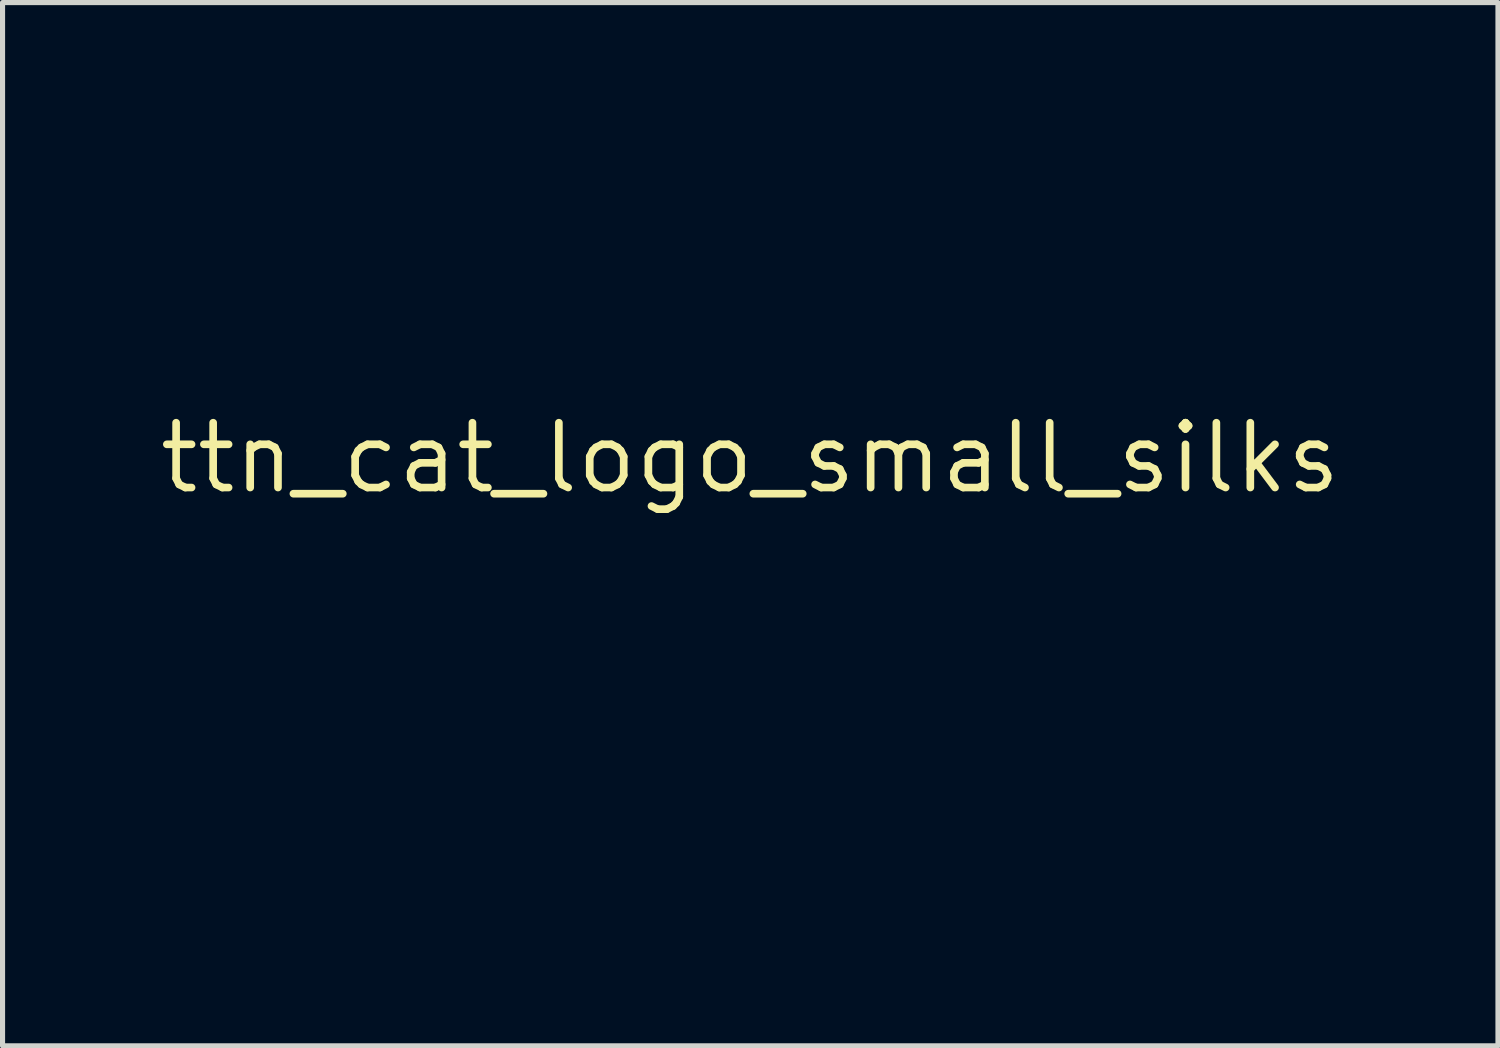
<source format=kicad_pcb>
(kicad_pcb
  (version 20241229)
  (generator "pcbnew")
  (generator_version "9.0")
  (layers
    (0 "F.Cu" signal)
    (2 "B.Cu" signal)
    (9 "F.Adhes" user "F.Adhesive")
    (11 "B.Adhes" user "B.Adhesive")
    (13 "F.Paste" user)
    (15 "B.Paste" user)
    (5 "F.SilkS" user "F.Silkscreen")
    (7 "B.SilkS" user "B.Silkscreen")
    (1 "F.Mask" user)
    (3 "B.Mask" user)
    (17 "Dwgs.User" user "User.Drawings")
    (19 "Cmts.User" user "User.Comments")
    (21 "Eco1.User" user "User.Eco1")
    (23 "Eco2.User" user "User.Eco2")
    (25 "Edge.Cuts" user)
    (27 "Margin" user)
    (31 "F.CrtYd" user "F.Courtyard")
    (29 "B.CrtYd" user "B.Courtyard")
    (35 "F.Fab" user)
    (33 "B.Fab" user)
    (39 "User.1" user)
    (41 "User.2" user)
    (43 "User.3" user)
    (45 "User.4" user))
  (footprint "ttn_cat_logo_small_silks"
    (layer "F.Cu")
    (at 11.649 5.922)
    (property "Reference" "ttn_cat_logo_small_silks" (at 0 0 0) (layer "F.SilkS") (effects (font (size 1.27 1.27) (thickness 0.15))))
    (attr through_hole)
    (fp_poly (pts (xy -0.9 3.94) (xy -1.45 3.94) (xy -1.45 5.21) (xy -1.874 5.21) (xy -1.874 3.94) (xy -2.382 3.94) (xy -2.382 3.643) (xy -0.9 3.643) (xy -0.9 3.94)) (stroke (width 0.01) (type solid)) (fill yes) (layer "F.Mask"))
    (fp_poly (pts (xy -0.067 1.3) (xy -0.074 1.315) (xy -0.114 1.355) (xy -0.122 1.357) (xy -0.125 1.33) (xy -0.117 1.315) (xy -0.077 1.275) (xy -0.07 1.273) (xy -0.067 1.3)) (stroke (width 0.01) (type solid)) (fill yes) (layer "F.Mask"))
    (fp_poly (pts (xy 0.073 1.263) (xy 0.074 1.273) (xy 0.041 1.313) (xy 0.029 1.315) (xy 0.004 1.289) (xy 0.01 1.273) (xy 0.048 1.232) (xy 0.055 1.23) (xy 0.073 1.263)) (stroke (width 0.01) (type solid)) (fill yes) (layer "F.Mask"))
    (fp_poly (pts (xy 2.469 2.134) (xy 2.476 2.172) (xy 2.426 2.215) (xy 2.338 2.239) (xy 2.257 2.244) (xy 2.247 2.221) (xy 2.272 2.186) (xy 2.338 2.138) (xy 2.414 2.12) (xy 2.469 2.134)) (stroke (width 0.01) (type solid)) (fill yes) (layer "F.Mask"))
    (fp_poly (pts (xy -6.361 3.94) (xy -6.827 3.94) (xy -6.827 5.21) (xy -7.248 5.21) (xy -7.259 4.585) (xy -7.271 3.961) (xy -7.536 3.948) (xy -7.8 3.936) (xy -7.8 3.643) (xy -6.361 3.643) (xy -6.361 3.94)) (stroke (width 0.01) (type solid)) (fill yes) (layer "F.Mask"))
    (fp_poly (pts (xy -1.907 1.759) (xy -1.895 1.781) (xy -1.85 1.868) (xy -1.833 1.918) (xy -1.853 1.951) (xy -1.898 1.932) (xy -1.933 1.883) (xy -1.955 1.78) (xy -1.957 1.745) (xy -1.945 1.715) (xy -1.907 1.759)) (stroke (width 0.01) (type solid)) (fill yes) (layer "F.Mask"))
    (fp_poly (pts (xy -2.022 -1.968) (xy -2.173 -1.933) (xy -2.312 -1.911) (xy -2.361 -1.908) (xy -2.442 -1.91) (xy -2.447 -1.926) (xy -2.409 -1.95) (xy -2.326 -1.977) (xy -2.191 -2) (xy -2.071 -2.011) (xy -1.81 -2.026) (xy -2.022 -1.968)) (stroke (width 0.01) (type solid)) (fill yes) (layer "F.Mask"))
    (fp_poly (pts (xy 0.192 0.784) (xy 0.182 0.822) (xy 0.121 0.877) (xy 0.034 0.928) (xy -0.022 0.949) (xy -0.096 0.947) (xy -0.12 0.929) (xy -0.101 0.893) (xy -0.03 0.847) (xy 0.062 0.804) (xy 0.147 0.779) (xy 0.192 0.784)) (stroke (width 0.01) (type solid)) (fill yes) (layer "F.Mask"))
    (fp_poly (pts (xy -5.726 4.194) (xy -5.176 4.194) (xy -5.176 3.643) (xy -4.752 3.643) (xy -4.752 5.21) (xy -5.176 5.21) (xy -5.176 4.532) (xy -5.726 4.532) (xy -5.726 5.21) (xy -6.149 5.21) (xy -6.149 3.643) (xy -5.726 3.643) (xy -5.726 4.194)) (stroke (width 0.01) (type solid)) (fill yes) (layer "F.Mask"))
    (fp_poly (pts (xy -0.442 0.283) (xy -0.357 0.343) (xy -0.265 0.421) (xy -0.186 0.498) (xy -0.143 0.555) (xy -0.142 0.571) (xy -0.184 0.559) (xy -0.268 0.501) (xy -0.354 0.428) (xy -0.445 0.34) (xy -0.496 0.279) (xy -0.498 0.259) (xy -0.442 0.283)) (stroke (width 0.01) (type solid)) (fill yes) (layer "F.Mask"))
    (fp_poly (pts (xy 0.604 1.973) (xy 0.594 1.997) (xy 0.526 2.029) (xy 0.408 2.057) (xy 0.342 2.066) (xy 0.217 2.073) (xy 0.172 2.059) (xy 0.179 2.045) (xy 0.244 2.016) (xy 0.36 1.988) (xy 0.432 1.976) (xy 0.555 1.965) (xy 0.604 1.973)) (stroke (width 0.01) (type solid)) (fill yes) (layer "F.Mask"))
    (fp_poly (pts (xy -3.271 3.94) (xy -3.948 3.94) (xy -3.948 4.19) (xy -3.334 4.215) (xy -3.321 4.374) (xy -3.308 4.532) (xy -3.948 4.532) (xy -3.948 4.829) (xy -3.271 4.829) (xy -3.271 5.21) (xy -4.371 5.21) (xy -4.371 3.643) (xy -3.271 3.643) (xy -3.271 3.94)) (stroke (width 0.01) (type solid)) (fill yes) (layer "F.Mask"))
    (fp_poly (pts (xy -1.256 1.453) (xy -1.202 1.479) (xy -1.219 1.512) (xy -1.313 1.542) (xy -1.508 1.577) (xy -1.634 1.595) (xy -1.707 1.597) (xy -1.739 1.583) (xy -1.747 1.555) (xy -1.706 1.494) (xy -1.586 1.457) (xy -1.39 1.443) (xy -1.376 1.443) (xy -1.256 1.453)) (stroke (width 0.01) (type solid)) (fill yes) (layer "F.Mask"))
    (fp_poly (pts (xy -0.35 4.194) (xy 0.243 4.194) (xy 0.243 3.643) (xy 0.668 3.643) (xy 0.645 5.189) (xy 0.444 5.201) (xy 0.243 5.214) (xy 0.243 4.532) (xy -0.35 4.532) (xy -0.35 5.21) (xy -0.731 5.21) (xy -0.731 3.643) (xy -0.35 3.643) (xy -0.35 4.194)) (stroke (width 0.01) (type solid)) (fill yes) (layer "F.Mask"))
    (fp_poly (pts (xy -0.522 2.336) (xy -0.437 2.348) (xy -0.428 2.368) (xy -0.434 2.373) (xy -0.514 2.399) (xy -0.639 2.413) (xy -0.688 2.414) (xy -0.819 2.406) (xy -0.92 2.384) (xy -0.942 2.373) (xy -0.947 2.351) (xy -0.876 2.338) (xy -0.726 2.332) (xy -0.688 2.332) (xy -0.522 2.336)) (stroke (width 0.01) (type solid)) (fill yes) (layer "F.Mask"))
    (fp_poly (pts (xy 3.206 5.21) (xy 2.752 5.21) (xy 2.503 4.725) (xy 2.254 4.241) (xy 2.233 4.715) (xy 2.212 5.189) (xy 1.809 5.214) (xy 1.809 3.643) (xy 2.053 3.644) (xy 2.296 3.645) (xy 2.804 4.596) (xy 2.816 4.12) (xy 2.828 3.643) (xy 3.206 3.643) (xy 3.206 5.21)) (stroke (width 0.01) (type solid)) (fill yes) (layer "F.Mask"))
    (fp_poly (pts (xy 1.456 4.392) (xy 1.446 4.634) (xy 1.436 4.844) (xy 1.428 5.01) (xy 1.42 5.117) (xy 1.416 5.152) (xy 1.359 5.172) (xy 1.257 5.188) (xy 1.146 5.196) (xy 1.06 5.193) (xy 1.037 5.185) (xy 1.027 5.134) (xy 1.018 5.013) (xy 1.011 4.836) (xy 1.006 4.616) (xy 1.005 4.398) (xy 1.005 3.643) (xy 1.484 3.643) (xy 1.456 4.392)) (stroke (width 0.01) (type solid)) (fill yes) (layer "F.Mask"))
    (fp_poly (pts (xy -2.949 6.142) (xy -2.825 6.148) (xy -2.756 6.161) (xy -2.729 6.183) (xy -2.728 6.215) (xy -2.779 6.278) (xy -2.869 6.31) (xy -2.995 6.332) (xy -3.008 6.681) (xy -3.02 7.03) (xy -3.271 7.03) (xy -3.271 6.316) (xy -3.408 6.302) (xy -3.521 6.269) (xy -3.559 6.215) (xy -3.558 6.181) (xy -3.528 6.16) (xy -3.457 6.148) (xy -3.329 6.142) (xy -3.144 6.141) (xy -2.949 6.142)) (stroke (width 0.01) (type solid)) (fill yes) (layer "F.Mask"))
    (fp_poly (pts (xy -0.942 8.3) (xy -0.752 8.3) (xy -0.634 8.304) (xy -0.579 8.326) (xy -0.562 8.377) (xy -0.561 8.406) (xy -0.566 8.462) (xy -0.592 8.493) (xy -0.658 8.508) (xy -0.783 8.512) (xy -0.851 8.512) (xy -1 8.508) (xy -1.114 8.498) (xy -1.168 8.484) (xy -1.168 8.483) (xy -1.18 8.432) (xy -1.19 8.315) (xy -1.195 8.153) (xy -1.196 8.039) (xy -1.196 7.623) (xy -0.942 7.623) (xy -0.942 8.3)) (stroke (width 0.01) (type solid)) (fill yes) (layer "F.Mask"))
    (fp_poly (pts (xy -2.49 -0.163) (xy -2.471 -0.115) (xy -2.433 -0.002) (xy -2.382 0.163) (xy -2.322 0.366) (xy -2.256 0.591) (xy -2.188 0.826) (xy -2.123 1.056) (xy -2.065 1.266) (xy -2.018 1.442) (xy -1.986 1.57) (xy -1.973 1.635) (xy -1.974 1.641) (xy -2.006 1.626) (xy -2.035 1.583) (xy -2.064 1.513) (xy -2.111 1.382) (xy -2.17 1.209) (xy -2.226 1.038) (xy -2.334 0.691) (xy -2.42 0.395) (xy -2.483 0.155) (xy -2.52 -0.023) (xy -2.532 -0.136) (xy -2.517 -0.177) (xy -2.49 -0.163)) (stroke (width 0.01) (type solid)) (fill yes) (layer "F.Mask"))
    (fp_poly (pts (xy 2.91 8.512) (xy 2.771 8.512) (xy 2.691 8.505) (xy 2.632 8.472) (xy 2.575 8.395) (xy 2.506 8.268) (xy 2.381 8.025) (xy 2.368 8.268) (xy 2.359 8.405) (xy 2.341 8.478) (xy 2.305 8.506) (xy 2.237 8.512) (xy 2.231 8.512) (xy 2.106 8.512) (xy 2.106 7.623) (xy 2.254 7.623) (xy 2.339 7.629) (xy 2.398 7.659) (xy 2.452 7.731) (xy 2.519 7.86) (xy 2.635 8.098) (xy 2.656 7.871) (xy 2.672 7.739) (xy 2.697 7.669) (xy 2.743 7.639) (xy 2.794 7.63) (xy 2.91 7.617) (xy 2.91 8.512)) (stroke (width 0.01) (type solid)) (fill yes) (layer "F.Mask"))
    (fp_poly (pts (xy 0.624 7.935) (xy 0.629 8.116) (xy 0.648 8.23) (xy 0.682 8.295) (xy 0.692 8.304) (xy 0.766 8.33) (xy 0.823 8.278) (xy 0.861 8.153) (xy 0.877 7.96) (xy 0.878 7.911) (xy 0.878 7.623) (xy 1.141 7.623) (xy 1.126 7.981) (xy 1.111 8.188) (xy 1.086 8.323) (xy 1.049 8.401) (xy 1.043 8.408) (xy 0.943 8.462) (xy 0.799 8.493) (xy 0.649 8.494) (xy 0.553 8.471) (xy 0.466 8.414) (xy 0.41 8.32) (xy 0.38 8.174) (xy 0.37 7.962) (xy 0.37 7.943) (xy 0.37 7.623) (xy 0.624 7.623) (xy 0.624 7.935)) (stroke (width 0.01) (type solid)) (fill yes) (layer "F.Mask"))
    (fp_poly (pts (xy -1.811 0.591) (xy -1.756 0.688) (xy -1.685 0.828) (xy -1.645 0.913) (xy -1.567 1.088) (xy -1.524 1.204) (xy -1.512 1.278) (xy -1.527 1.325) (xy -1.534 1.335) (xy -1.607 1.394) (xy -1.668 1.371) (xy -1.698 1.326) (xy -1.753 1.199) (xy -1.801 1.046) (xy -1.811 1.005) (xy -1.701 1.005) (xy -1.678 1.081) (xy -1.647 1.129) (xy -1.632 1.13) (xy -1.634 1.082) (xy -1.657 1.032) (xy -1.694 0.983) (xy -1.701 1.005) (xy -1.811 1.005) (xy -1.839 0.886) (xy -1.863 0.738) (xy -1.87 0.623) (xy -1.855 0.561) (xy -1.842 0.555) (xy -1.811 0.591)) (stroke (width 0.01) (type solid)) (fill yes) (layer "F.Mask"))
    (fp_poly (pts (xy -3.909 7.624) (xy -3.791 7.63) (xy -3.727 7.644) (xy -3.699 7.67) (xy -3.694 7.707) (xy -3.714 7.77) (xy -3.789 7.791) (xy -3.819 7.792) (xy -3.945 7.792) (xy -3.957 8.141) (xy -3.964 8.313) (xy -3.975 8.417) (xy -3.996 8.472) (xy -4.032 8.495) (xy -4.077 8.503) (xy -4.169 8.502) (xy -4.214 8.485) (xy -4.228 8.431) (xy -4.239 8.316) (xy -4.244 8.161) (xy -4.244 8.124) (xy -4.244 7.792) (xy -4.371 7.792) (xy -4.464 7.779) (xy -4.497 7.729) (xy -4.498 7.707) (xy -4.492 7.668) (xy -4.464 7.643) (xy -4.397 7.63) (xy -4.276 7.624) (xy -4.096 7.623) (xy -3.909 7.624)) (stroke (width 0.01) (type solid)) (fill yes) (layer "F.Mask"))
    (fp_poly (pts (xy -7.123 7.608) (xy -7.028 7.644) (xy -6.997 7.713) (xy -6.996 7.73) (xy -7.004 7.79) (xy -7.043 7.812) (xy -7.136 7.807) (xy -7.172 7.803) (xy -7.325 7.807) (xy -7.42 7.873) (xy -7.46 8.002) (xy -7.462 8.046) (xy -7.431 8.194) (xy -7.343 8.283) (xy -7.207 8.307) (xy -7.091 8.283) (xy -7.02 8.272) (xy -6.997 8.32) (xy -6.996 8.356) (xy -7.02 8.446) (xy -7.063 8.486) (xy -7.205 8.51) (xy -7.37 8.496) (xy -7.499 8.453) (xy -7.615 8.35) (xy -7.685 8.207) (xy -7.711 8.047) (xy -7.694 7.888) (xy -7.634 7.753) (xy -7.531 7.662) (xy -7.471 7.641) (xy -7.366 7.616) (xy -7.302 7.599) (xy -7.225 7.595) (xy -7.123 7.608)) (stroke (width 0.01) (type solid)) (fill yes) (layer "F.Mask"))
    (fp_poly (pts (xy -7.456 6.149) (xy -7.395 6.183) (xy -7.334 6.261) (xy -7.261 6.384) (xy -7.125 6.628) (xy -7.124 6.384) (xy -7.122 6.248) (xy -7.109 6.175) (xy -7.074 6.146) (xy -7.007 6.141) (xy -6.995 6.141) (xy -6.866 6.141) (xy -6.89 7.009) (xy -7.017 7.021) (xy -7.09 7.02) (xy -7.146 6.991) (xy -7.201 6.917) (xy -7.269 6.792) (xy -7.334 6.676) (xy -7.382 6.603) (xy -7.403 6.59) (xy -7.414 6.652) (xy -7.431 6.765) (xy -7.44 6.829) (xy -7.461 6.951) (xy -7.492 7.011) (xy -7.547 7.029) (xy -7.57 7.03) (xy -7.616 7.027) (xy -7.646 7.009) (xy -7.663 6.961) (xy -7.671 6.867) (xy -7.673 6.712) (xy -7.673 6.585) (xy -7.673 6.141) (xy -7.535 6.141) (xy -7.456 6.149)) (stroke (width 0.01) (type solid)) (fill yes) (layer "F.Mask"))
    (fp_poly (pts (xy -2.225 8.039) (xy -2.168 8.21) (xy -2.127 8.353) (xy -2.107 8.447) (xy -2.109 8.473) (xy -2.173 8.511) (xy -2.261 8.496) (xy -2.333 8.438) (xy -2.339 8.427) (xy -2.413 8.361) (xy -2.53 8.342) (xy -2.656 8.364) (xy -2.72 8.427) (xy -2.784 8.489) (xy -2.867 8.513) (xy -2.94 8.498) (xy -2.971 8.442) (xy -2.971 8.438) (xy -2.955 8.366) (xy -2.916 8.239) (xy -2.867 8.099) (xy -2.592 8.099) (xy -2.565 8.163) (xy -2.53 8.173) (xy -2.476 8.138) (xy -2.467 8.099) (xy -2.488 8.001) (xy -2.503 7.968) (xy -2.538 7.938) (xy -2.566 7.982) (xy -2.592 8.099) (xy -2.867 8.099) (xy -2.86 8.078) (xy -2.832 8.004) (xy -2.696 7.644) (xy -2.365 7.644) (xy -2.225 8.039)) (stroke (width 0.01) (type solid)) (fill yes) (layer "F.Mask"))
    (fp_poly (pts (xy 1.67 6.123) (xy 1.754 6.156) (xy 1.88 6.264) (xy 1.953 6.417) (xy 1.97 6.59) (xy 1.928 6.761) (xy 1.838 6.893) (xy 1.708 6.974) (xy 1.54 7.014) (xy 1.375 7.008) (xy 1.316 6.99) (xy 1.196 6.897) (xy 1.118 6.752) (xy 1.085 6.581) (xy 1.088 6.556) (xy 1.345 6.556) (xy 1.355 6.679) (xy 1.393 6.766) (xy 1.394 6.768) (xy 1.496 6.818) (xy 1.604 6.801) (xy 1.685 6.723) (xy 1.69 6.713) (xy 1.717 6.586) (xy 1.697 6.458) (xy 1.638 6.359) (xy 1.562 6.318) (xy 1.459 6.327) (xy 1.405 6.355) (xy 1.362 6.434) (xy 1.345 6.556) (xy 1.088 6.556) (xy 1.102 6.408) (xy 1.175 6.259) (xy 1.185 6.247) (xy 1.319 6.15) (xy 1.491 6.107) (xy 1.67 6.123)) (stroke (width 0.01) (type solid)) (fill yes) (layer "F.Mask"))
    (fp_poly (pts (xy 4.609 7.632) (xy 4.645 7.654) (xy 4.623 7.704) (xy 4.567 7.802) (xy 4.496 7.917) (xy 4.401 8.09) (xy 4.356 8.238) (xy 4.349 8.33) (xy 4.345 8.443) (xy 4.322 8.496) (xy 4.263 8.511) (xy 4.222 8.512) (xy 4.143 8.506) (xy 4.106 8.472) (xy 4.096 8.388) (xy 4.095 8.33) (xy 4.077 8.182) (xy 4.014 8.029) (xy 3.948 7.917) (xy 3.872 7.793) (xy 3.819 7.698) (xy 3.8 7.654) (xy 3.836 7.632) (xy 3.925 7.623) (xy 3.928 7.623) (xy 4.036 7.645) (xy 4.114 7.725) (xy 4.129 7.749) (xy 4.183 7.834) (xy 4.221 7.876) (xy 4.224 7.876) (xy 4.258 7.844) (xy 4.313 7.764) (xy 4.321 7.75) (xy 4.402 7.654) (xy 4.504 7.623) (xy 4.521 7.623) (xy 4.609 7.632)) (stroke (width 0.01) (type solid)) (fill yes) (layer "F.Mask"))
    (fp_poly (pts (xy 6.113 8.004) (xy 6.175 8.172) (xy 6.222 8.317) (xy 6.249 8.415) (xy 6.252 8.438) (xy 6.225 8.497) (xy 6.157 8.51) (xy 6.079 8.477) (xy 6.033 8.427) (xy 5.955 8.362) (xy 5.822 8.342) (xy 5.696 8.36) (xy 5.625 8.417) (xy 5.619 8.427) (xy 5.563 8.479) (xy 5.48 8.509) (xy 5.404 8.512) (xy 5.366 8.48) (xy 5.365 8.475) (xy 5.379 8.421) (xy 5.416 8.307) (xy 5.469 8.152) (xy 5.491 8.091) (xy 5.756 8.091) (xy 5.768 8.131) (xy 5.814 8.157) (xy 5.856 8.12) (xy 5.873 8.046) (xy 5.855 7.967) (xy 5.834 7.942) (xy 5.795 7.954) (xy 5.765 8.015) (xy 5.756 8.091) (xy 5.491 8.091) (xy 5.509 8.041) (xy 5.652 7.644) (xy 5.977 7.644) (xy 6.113 8.004)) (stroke (width 0.01) (type solid)) (fill yes) (layer "F.Mask"))
    (fp_poly (pts (xy -5.359 8.004) (xy -5.298 8.172) (xy -5.25 8.317) (xy -5.223 8.415) (xy -5.22 8.438) (xy -5.249 8.496) (xy -5.321 8.513) (xy -5.405 8.491) (xy -5.47 8.43) (xy -5.472 8.427) (xy -5.545 8.361) (xy -5.662 8.342) (xy -5.788 8.364) (xy -5.853 8.427) (xy -5.912 8.483) (xy -5.996 8.51) (xy -6.071 8.505) (xy -6.107 8.463) (xy -6.107 8.459) (xy -6.092 8.398) (xy -6.054 8.279) (xy -5.998 8.121) (xy -5.976 8.062) (xy -5.722 8.062) (xy -5.709 8.138) (xy -5.664 8.178) (xy -5.6 8.158) (xy -5.588 8.148) (xy -5.584 8.095) (xy -5.609 8.019) (xy -5.651 7.954) (xy -5.686 7.965) (xy -5.69 7.971) (xy -5.722 8.062) (xy -5.976 8.062) (xy -5.963 8.025) (xy -5.819 7.644) (xy -5.496 7.644) (xy -5.359 8.004)) (stroke (width 0.01) (type solid)) (fill yes) (layer "F.Mask"))
    (fp_poly (pts (xy 5.668 6.152) (xy 5.701 6.201) (xy 5.704 6.247) (xy 5.713 6.326) (xy 5.73 6.353) (xy 5.776 6.328) (xy 5.857 6.266) (xy 5.881 6.247) (xy 6.048 6.156) (xy 6.161 6.141) (xy 6.315 6.141) (xy 5.898 6.564) (xy 6.097 6.767) (xy 6.198 6.874) (xy 6.27 6.957) (xy 6.297 7) (xy 6.265 7.035) (xy 6.186 7.029) (xy 6.079 6.988) (xy 5.967 6.919) (xy 5.921 6.882) (xy 5.824 6.798) (xy 5.752 6.744) (xy 5.731 6.734) (xy 5.713 6.771) (xy 5.704 6.863) (xy 5.704 6.882) (xy 5.696 6.982) (xy 5.66 7.023) (xy 5.603 7.03) (xy 5.514 7.005) (xy 5.476 6.963) (xy 5.464 6.892) (xy 5.455 6.76) (xy 5.45 6.591) (xy 5.45 6.519) (xy 5.45 6.141) (xy 5.577 6.141) (xy 5.668 6.152)) (stroke (width 0.01) (type solid)) (fill yes) (layer "F.Mask"))
    (fp_poly (pts (xy -4.988 6.143) (xy -4.893 6.152) (xy -4.85 6.172) (xy -4.844 6.207) (xy -4.845 6.215) (xy -4.894 6.281) (xy -4.943 6.301) (xy -5.102 6.333) (xy -5.198 6.369) (xy -5.225 6.402) (xy -5.18 6.427) (xy -5.057 6.437) (xy -5.049 6.437) (xy -4.94 6.443) (xy -4.891 6.47) (xy -4.879 6.534) (xy -4.879 6.543) (xy -4.889 6.611) (xy -4.932 6.642) (xy -5.034 6.649) (xy -5.049 6.649) (xy -5.159 6.656) (xy -5.208 6.685) (xy -5.218 6.734) (xy -5.206 6.787) (xy -5.154 6.812) (xy -5.041 6.818) (xy -5.027 6.818) (xy -4.91 6.823) (xy -4.854 6.844) (xy -4.838 6.896) (xy -4.837 6.924) (xy -4.841 6.978) (xy -4.865 7.01) (xy -4.926 7.025) (xy -5.043 7.03) (xy -5.154 7.03) (xy -5.472 7.03) (xy -5.472 6.141) (xy -5.151 6.141) (xy -4.988 6.143)) (stroke (width 0.01) (type solid)) (fill yes) (layer "F.Mask"))
    (fp_poly (pts (xy 5.27 -4.592) (xy 5.271 -4.592) (xy 5.559 -4.501) (xy 5.847 -4.341) (xy 6.12 -4.126) (xy 6.359 -3.871) (xy 6.549 -3.589) (xy 6.595 -3.499) (xy 6.681 -3.265) (xy 6.736 -3.009) (xy 6.761 -2.749) (xy 6.755 -2.504) (xy 6.718 -2.292) (xy 6.649 -2.132) (xy 6.612 -2.087) (xy 6.475 -2.002) (xy 6.323 -1.994) (xy 6.179 -2.062) (xy 6.147 -2.091) (xy 6.098 -2.146) (xy 6.067 -2.207) (xy 6.051 -2.295) (xy 6.044 -2.429) (xy 6.043 -2.602) (xy 6.039 -2.809) (xy 6.026 -2.959) (xy 5.998 -3.08) (xy 5.951 -3.201) (xy 5.934 -3.237) (xy 5.789 -3.467) (xy 5.591 -3.668) (xy 5.365 -3.818) (xy 5.249 -3.868) (xy 5.043 -3.963) (xy 4.912 -4.08) (xy 4.858 -4.212) (xy 4.885 -4.354) (xy 4.986 -4.492) (xy 5.079 -4.574) (xy 5.16 -4.602) (xy 5.27 -4.592)) (stroke (width 0.01) (type solid)) (fill yes) (layer "F.Mask"))
    (fp_poly (pts (xy 3.787 6.144) (xy 3.884 6.157) (xy 3.944 6.187) (xy 3.99 6.241) (xy 3.997 6.252) (xy 4.043 6.338) (xy 4.04 6.406) (xy 4.002 6.481) (xy 3.964 6.559) (xy 3.963 6.624) (xy 4.003 6.709) (xy 4.035 6.761) (xy 4.11 6.899) (xy 4.13 6.982) (xy 4.094 7.022) (xy 4.032 7.03) (xy 3.941 7.002) (xy 3.85 6.91) (xy 3.815 6.861) (xy 3.743 6.762) (xy 3.687 6.701) (xy 3.671 6.691) (xy 3.627 6.729) (xy 3.597 6.825) (xy 3.587 6.928) (xy 3.573 7.001) (xy 3.513 7.028) (xy 3.46 7.03) (xy 3.333 7.03) (xy 3.333 6.406) (xy 3.595 6.406) (xy 3.611 6.466) (xy 3.669 6.48) (xy 3.741 6.452) (xy 3.757 6.392) (xy 3.73 6.329) (xy 3.672 6.319) (xy 3.615 6.358) (xy 3.595 6.406) (xy 3.333 6.406) (xy 3.333 6.141) (xy 3.629 6.141) (xy 3.787 6.144)) (stroke (width 0.01) (type solid)) (fill yes) (layer "F.Mask"))
    (fp_poly (pts (xy 5.406 -5.729) (xy 5.634 -5.659) (xy 5.888 -5.552) (xy 6.148 -5.417) (xy 6.395 -5.265) (xy 6.515 -5.178) (xy 6.85 -4.874) (xy 7.152 -4.51) (xy 7.408 -4.105) (xy 7.605 -3.68) (xy 7.712 -3.339) (xy 7.753 -3.102) (xy 7.776 -2.837) (xy 7.779 -2.561) (xy 7.766 -2.293) (xy 7.736 -2.049) (xy 7.691 -1.85) (xy 7.631 -1.712) (xy 7.616 -1.691) (xy 7.503 -1.613) (xy 7.354 -1.582) (xy 7.211 -1.607) (xy 7.199 -1.613) (xy 7.114 -1.676) (xy 7.077 -1.728) (xy 7.067 -1.793) (xy 7.06 -1.926) (xy 7.055 -2.109) (xy 7.054 -2.325) (xy 7.055 -2.41) (xy 7.046 -2.831) (xy 7.005 -3.187) (xy 6.927 -3.495) (xy 6.806 -3.773) (xy 6.636 -4.036) (xy 6.413 -4.299) (xy 6.091 -4.601) (xy 5.75 -4.83) (xy 5.372 -4.997) (xy 5.331 -5.011) (xy 5.132 -5.086) (xy 5.003 -5.162) (xy 4.931 -5.25) (xy 4.902 -5.366) (xy 4.9 -5.429) (xy 4.938 -5.581) (xy 5.038 -5.695) (xy 5.181 -5.752) (xy 5.224 -5.755) (xy 5.406 -5.729)) (stroke (width 0.01) (type solid)) (fill yes) (layer "F.Mask"))
    (fp_poly (pts (xy 6.265 3.628) (xy 6.368 3.652) (xy 6.413 3.695) (xy 6.424 3.787) (xy 6.424 3.817) (xy 6.424 3.979) (xy 6.095 3.954) (xy 5.922 3.944) (xy 5.813 3.947) (xy 5.747 3.966) (xy 5.706 4.001) (xy 5.676 4.05) (xy 5.684 4.091) (xy 5.743 4.131) (xy 5.862 4.178) (xy 6.051 4.237) (xy 6.266 4.32) (xy 6.407 4.42) (xy 6.485 4.549) (xy 6.508 4.718) (xy 6.508 4.719) (xy 6.475 4.916) (xy 6.374 5.062) (xy 6.229 5.151) (xy 6.077 5.188) (xy 5.877 5.203) (xy 5.661 5.195) (xy 5.463 5.165) (xy 5.439 5.159) (xy 5.336 5.124) (xy 5.291 5.074) (xy 5.281 4.977) (xy 5.281 4.951) (xy 5.29 4.847) (xy 5.312 4.79) (xy 5.32 4.786) (xy 5.378 4.796) (xy 5.493 4.822) (xy 5.622 4.854) (xy 5.83 4.891) (xy 5.978 4.882) (xy 6.061 4.829) (xy 6.077 4.738) (xy 6.051 4.682) (xy 5.979 4.632) (xy 5.846 4.578) (xy 5.775 4.554) (xy 5.563 4.473) (xy 5.422 4.386) (xy 5.339 4.279) (xy 5.299 4.141) (xy 5.297 4.126) (xy 5.309 3.934) (xy 5.391 3.783) (xy 5.539 3.675) (xy 5.747 3.614) (xy 6.012 3.601) (xy 6.265 3.628)) (stroke (width 0.01) (type solid)) (fill yes) (layer "F.Mask"))
    (fp_poly (pts (xy -0.155 1.193) (xy -0.147 1.219) (xy -0.186 1.279) (xy -0.276 1.385) (xy -0.35 1.476) (xy -0.367 1.515) (xy -0.33 1.509) (xy -0.329 1.509) (xy -0.229 1.474) (xy -0.104 1.436) (xy -0.096 1.433) (xy 0.035 1.379) (xy 0.145 1.306) (xy 0.148 1.304) (xy 0.221 1.255) (xy 0.274 1.247) (xy 0.285 1.278) (xy 0.251 1.324) (xy 0.206 1.408) (xy 0.201 1.443) (xy 0.175 1.508) (xy 0.112 1.591) (xy 0.034 1.669) (xy -0.038 1.72) (xy -0.081 1.725) (xy -0.077 1.677) (xy -0.028 1.602) (xy 0.022 1.541) (xy 0.016 1.537) (xy -0.024 1.567) (xy -0.1 1.648) (xy -0.163 1.746) (xy -0.21 1.818) (xy -0.272 1.853) (xy -0.378 1.865) (xy -0.437 1.865) (xy -0.59 1.853) (xy -0.665 1.817) (xy -0.672 1.806) (xy -0.666 1.72) (xy -0.649 1.682) (xy -0.434 1.682) (xy -0.402 1.688) (xy -0.328 1.669) (xy -0.248 1.635) (xy -0.202 1.605) (xy -0.208 1.592) (xy -0.275 1.607) (xy -0.298 1.614) (xy -0.389 1.651) (xy -0.434 1.679) (xy -0.434 1.682) (xy -0.649 1.682) (xy -0.612 1.6) (xy -0.525 1.466) (xy -0.421 1.339) (xy -0.316 1.24) (xy -0.226 1.19) (xy -0.207 1.188) (xy -0.155 1.193)) (stroke (width 0.01) (type solid)) (fill yes) (layer "F.Mask"))
    (fp_poly (pts (xy 4.657 3.627) (xy 4.754 3.648) (xy 4.869 3.682) (xy 4.924 3.722) (xy 4.941 3.795) (xy 4.942 3.865) (xy 4.938 3.972) (xy 4.916 4.013) (xy 4.863 4.009) (xy 4.847 4.004) (xy 4.754 3.984) (xy 4.611 3.964) (xy 4.487 3.952) (xy 4.275 3.951) (xy 4.126 3.995) (xy 4.028 4.089) (xy 3.972 4.225) (xy 3.952 4.405) (xy 3.977 4.584) (xy 4.041 4.733) (xy 4.096 4.796) (xy 4.216 4.863) (xy 4.355 4.898) (xy 4.479 4.897) (xy 4.54 4.871) (xy 4.587 4.792) (xy 4.603 4.696) (xy 4.593 4.611) (xy 4.542 4.579) (xy 4.474 4.575) (xy 4.386 4.567) (xy 4.355 4.526) (xy 4.357 4.437) (xy 4.37 4.3) (xy 4.984 4.275) (xy 4.984 4.68) (xy 4.983 4.867) (xy 4.978 4.988) (xy 4.963 5.059) (xy 4.935 5.098) (xy 4.888 5.124) (xy 4.868 5.131) (xy 4.742 5.163) (xy 4.565 5.184) (xy 4.368 5.193) (xy 4.181 5.19) (xy 4.034 5.173) (xy 3.99 5.161) (xy 3.81 5.059) (xy 3.653 4.906) (xy 3.561 4.756) (xy 3.517 4.582) (xy 3.505 4.372) (xy 3.527 4.168) (xy 3.56 4.053) (xy 3.682 3.866) (xy 3.865 3.726) (xy 4.097 3.636) (xy 4.365 3.602) (xy 4.657 3.627)) (stroke (width 0.01) (type solid)) (fill yes) (layer "F.Mask"))
    (fp_poly (pts (xy -0.255 6.151) (xy -0.234 6.19) (xy -0.239 6.215) (xy -0.261 6.299) (xy -0.292 6.428) (xy -0.308 6.501) (xy -0.356 6.718) (xy -0.393 6.866) (xy -0.426 6.958) (xy -0.463 7.007) (xy -0.509 7.026) (xy -0.572 7.03) (xy -0.576 7.03) (xy -0.651 7.026) (xy -0.697 7.003) (xy -0.728 6.942) (xy -0.756 6.823) (xy -0.77 6.753) (xy -0.801 6.618) (xy -0.831 6.528) (xy -0.852 6.502) (xy -0.852 6.502) (xy -0.877 6.555) (xy -0.913 6.663) (xy -0.942 6.769) (xy -0.983 6.906) (xy -1.023 6.981) (xy -1.076 7.014) (xy -1.122 7.022) (xy -1.22 7.012) (xy -1.277 6.942) (xy -1.279 6.938) (xy -1.311 6.846) (xy -1.352 6.704) (xy -1.388 6.564) (xy -1.426 6.411) (xy -1.458 6.284) (xy -1.477 6.215) (xy -1.475 6.162) (xy -1.415 6.142) (xy -1.371 6.141) (xy -1.296 6.147) (xy -1.247 6.178) (xy -1.214 6.251) (xy -1.184 6.383) (xy -1.173 6.448) (xy -1.147 6.55) (xy -1.118 6.604) (xy -1.112 6.607) (xy -1.084 6.57) (xy -1.056 6.477) (xy -1.051 6.448) (xy -1.02 6.29) (xy -0.989 6.198) (xy -0.947 6.154) (xy -0.884 6.141) (xy -0.856 6.141) (xy -0.777 6.151) (xy -0.73 6.196) (xy -0.694 6.298) (xy -0.688 6.321) (xy -0.645 6.478) (xy -0.613 6.555) (xy -0.586 6.555) (xy -0.556 6.48) (xy -0.53 6.384) (xy -0.492 6.248) (xy -0.457 6.175) (xy -0.409 6.146) (xy -0.342 6.141) (xy -0.255 6.151)) (stroke (width 0.01) (type solid)) (fill yes) (layer "F.Mask"))
    (fp_poly (pts (xy 1.383 -0.726) (xy 1.386 -0.706) (xy 1.374 -0.616) (xy 1.341 -0.459) (xy 1.292 -0.248) (xy 1.23 0.000402) (xy 1.159 0.274) (xy 1.083 0.557) (xy 1.005 0.837) (xy 0.93 1.099) (xy 0.861 1.328) (xy 0.802 1.512) (xy 0.757 1.635) (xy 0.744 1.664) (xy 0.69 1.728) (xy 0.642 1.728) (xy 0.624 1.674) (xy 0.59 1.603) (xy 0.56 1.584) (xy 0.501 1.541) (xy 0.518 1.501) (xy 0.599 1.484) (xy 0.683 1.46) (xy 0.739 1.372) (xy 0.747 1.351) (xy 0.786 1.222) (xy 0.787 1.163) (xy 0.751 1.167) (xy 0.716 1.173) (xy 0.715 1.123) (xy 0.732 1.061) (xy 0.793 1.061) (xy 0.809 1.096) (xy 0.822 1.089) (xy 0.827 1.039) (xy 0.822 1.033) (xy 0.796 1.039) (xy 0.793 1.061) (xy 0.732 1.061) (xy 0.747 1.008) (xy 0.772 0.934) (xy 0.836 0.934) (xy 0.851 0.969) (xy 0.864 0.962) (xy 0.869 0.912) (xy 0.864 0.906) (xy 0.839 0.912) (xy 0.836 0.934) (xy 0.772 0.934) (xy 0.773 0.933) (xy 0.807 0.82) (xy 0.809 0.807) (xy 0.878 0.807) (xy 0.893 0.842) (xy 0.906 0.835) (xy 0.911 0.785) (xy 0.906 0.779) (xy 0.881 0.785) (xy 0.878 0.807) (xy 0.809 0.807) (xy 0.82 0.746) (xy 0.817 0.732) (xy 0.794 0.752) (xy 0.77 0.823) (xy 0.738 0.905) (xy 0.706 0.934) (xy 0.694 0.9) (xy 0.712 0.816) (xy 0.716 0.805) (xy 0.74 0.709) (xy 0.736 0.655) (xy 0.924 0.655) (xy 0.931 0.71) (xy 0.946 0.711) (xy 0.956 0.654) (xy 0.949 0.63) (xy 0.93 0.614) (xy 0.924 0.655) (xy 0.736 0.655) (xy 0.736 0.651) (xy 0.735 0.65) (xy 0.713 0.66) (xy 0.709 0.694) (xy 0.686 0.755) (xy 0.662 0.765) (xy 0.631 0.735) (xy 0.634 0.712) (xy 0.651 0.654) (xy 0.677 0.553) (xy 0.751 0.553) (xy 0.766 0.588) (xy 0.779 0.581) (xy 0.784 0.531) (xy 0.779 0.525) (xy 0.754 0.531) (xy 0.751 0.553) (xy 0.677 0.553) (xy 0.683 0.53) (xy 0.688 0.511) (xy 0.963 0.511) (xy 0.978 0.546) (xy 0.991 0.539) (xy 0.996 0.489) (xy 0.991 0.482) (xy 0.966 0.488) (xy 0.963 0.511) (xy 0.688 0.511) (xy 0.716 0.401) (xy 0.797 0.401) (xy 0.804 0.456) (xy 0.819 0.457) (xy 0.829 0.4) (xy 0.822 0.376) (xy 0.803 0.36) (xy 0.797 0.401) (xy 0.716 0.401) (xy 0.726 0.359) (xy 1.008 0.359) (xy 1.016 0.414) (xy 1.031 0.415) (xy 1.041 0.358) (xy 1.034 0.333) (xy 1.015 0.317) (xy 1.008 0.359) (xy 0.726 0.359) (xy 0.728 0.353) (xy 0.741 0.299) (xy 0.92 0.299) (xy 0.936 0.334) (xy 0.949 0.327) (xy 0.954 0.277) (xy 0.949 0.271) (xy 0.923 0.277) (xy 0.92 0.299) (xy 0.741 0.299) (xy 0.758 0.232) (xy 0.839 0.232) (xy 0.847 0.287) (xy 0.861 0.288) (xy 0.871 0.231) (xy 0.865 0.206) (xy 0.846 0.19) (xy 0.839 0.232) (xy 0.758 0.232) (xy 0.769 0.19) (xy 1.051 0.19) (xy 1.058 0.245) (xy 1.073 0.245) (xy 1.083 0.189) (xy 1.076 0.164) (xy 1.057 0.148) (xy 1.051 0.19) (xy 0.769 0.19) (xy 0.781 0.14) (xy 0.784 0.13) (xy 0.963 0.13) (xy 0.978 0.165) (xy 0.991 0.158) (xy 0.996 0.108) (xy 0.991 0.101) (xy 0.966 0.107) (xy 0.963 0.13) (xy 0.784 0.13) (xy 0.794 0.087) (xy 0.878 0.087) (xy 0.893 0.122) (xy 0.906 0.116) (xy 0.911 0.065) (xy 0.906 0.059) (xy 0.881 0.065) (xy 0.878 0.087) (xy 0.794 0.087) (xy 0.818 -0.009) (xy 0.82 -0.018) (xy 1.005 -0.018) (xy 1.026 0.003) (xy 1.047 -0.018) (xy 1.026 -0.04) (xy 1.005 -0.018) (xy 0.82 -0.018) (xy 0.843 -0.107) (xy 0.924 -0.107) (xy 0.931 -0.052) (xy 0.946 -0.051) (xy 0.956 -0.108) (xy 0.949 -0.132) (xy 0.93 -0.148) (xy 0.924 -0.107) (xy 0.843 -0.107) (xy 0.886 -0.276) (xy 0.966 -0.276) (xy 0.974 -0.221) (xy 0.988 -0.22) (xy 0.998 -0.277) (xy 0.992 -0.302) (xy 0.973 -0.318) (xy 0.966 -0.276) (xy 0.886 -0.276) (xy 0.887 -0.28) (xy 0.942 -0.473) (xy 0.985 -0.595) (xy 1.019 -0.651) (xy 1.036 -0.656) (xy 1.084 -0.66) (xy 1.09 -0.676) (xy 1.125 -0.709) (xy 1.177 -0.717) (xy 1.242 -0.698) (xy 1.242 -0.643) (xy 1.21 -0.523) (xy 1.175 -0.373) (xy 1.142 -0.217) (xy 1.116 -0.076) (xy 1.1 0.027) (xy 1.1 0.069) (xy 1.116 0.039) (xy 1.145 -0.059) (xy 1.182 -0.206) (xy 1.213 -0.336) (xy 1.255 -0.512) (xy 1.296 -0.652) (xy 1.33 -0.739) (xy 1.347 -0.759) (xy 1.383 -0.726)) (stroke (width 0.01) (type solid)) (fill yes) (layer "F.Mask"))
    (fp_poly (pts (xy 0.454 -5.899) (xy 0.666 -5.865) (xy 1.084 -5.739) (xy 1.476 -5.546) (xy 1.833 -5.296) (xy 2.145 -4.998) (xy 2.401 -4.661) (xy 2.593 -4.295) (xy 2.706 -3.93) (xy 2.738 -3.798) (xy 2.767 -3.708) (xy 2.786 -3.68) (xy 2.84 -3.693) (xy 2.943 -3.726) (xy 2.997 -3.745) (xy 3.39 -3.844) (xy 3.783 -3.871) (xy 4.165 -3.83) (xy 4.528 -3.724) (xy 4.86 -3.559) (xy 5.153 -3.34) (xy 5.397 -3.07) (xy 5.582 -2.754) (xy 5.681 -2.476) (xy 5.74 -2.089) (xy 5.718 -1.709) (xy 5.649 -1.437) (xy 5.555 -1.161) (xy 5.773 -0.948) (xy 5.907 -0.799) (xy 6.034 -0.629) (xy 6.112 -0.503) (xy 6.167 -0.391) (xy 6.203 -0.291) (xy 6.223 -0.18) (xy 6.231 -0.033) (xy 6.233 0.172) (xy 6.231 0.38) (xy 6.222 0.528) (xy 6.202 0.639) (xy 6.166 0.737) (xy 6.12 0.832) (xy 5.948 1.085) (xy 5.72 1.319) (xy 5.463 1.507) (xy 5.369 1.558) (xy 5.133 1.673) (xy 3.545 1.709) (xy 3.113 1.72) (xy 2.74 1.732) (xy 2.43 1.744) (xy 2.189 1.757) (xy 2.02 1.77) (xy 1.929 1.783) (xy 1.915 1.789) (xy 1.907 1.815) (xy 1.966 1.804) (xy 2.094 1.799) (xy 2.189 1.851) (xy 2.239 1.941) (xy 2.232 2.048) (xy 2.172 2.135) (xy 2.072 2.198) (xy 1.904 2.272) (xy 1.684 2.352) (xy 1.429 2.433) (xy 1.152 2.51) (xy 0.871 2.579) (xy 0.601 2.635) (xy 0.391 2.669) (xy 0.108 2.7) (xy -0.212 2.721) (xy -0.547 2.733) (xy -0.874 2.735) (xy -1.171 2.727) (xy -1.418 2.709) (xy -1.515 2.696) (xy -1.828 2.636) (xy -2.084 2.565) (xy -2.313 2.476) (xy -2.335 2.466) (xy -2.405 2.426) (xy -2.467 2.364) (xy -2.532 2.266) (xy -2.612 2.116) (xy -2.691 1.953) (xy -2.785 1.743) (xy -2.894 1.484) (xy -3.004 1.203) (xy -3.106 0.931) (xy -3.127 0.871) (xy -3.202 0.66) (xy -3.267 0.484) (xy -3.317 0.357) (xy -3.346 0.289) (xy -3.353 0.283) (xy -3.341 0.334) (xy -3.306 0.448) (xy -3.255 0.609) (xy -3.193 0.801) (xy -3.124 1.007) (xy -3.056 1.211) (xy -2.992 1.395) (xy -2.939 1.544) (xy -2.91 1.622) (xy -2.907 1.638) (xy -2.917 1.652) (xy -2.947 1.663) (xy -3.003 1.672) (xy -3.091 1.68) (xy -3.219 1.685) (xy -3.392 1.69) (xy -3.618 1.692) (xy -3.902 1.694) (xy -4.252 1.695) (xy -4.674 1.696) (xy -5.136 1.696) (xy -7.391 1.696) (xy -7.628 1.564) (xy -7.978 1.334) (xy -8.253 1.075) (xy -8.459 0.78) (xy -8.603 0.441) (xy -8.606 0.432) (xy -8.657 0.172) (xy -3.398 0.172) (xy -3.382 0.207) (xy -3.369 0.2) (xy -3.364 0.15) (xy -3.369 0.144) (xy -3.395 0.15) (xy -3.398 0.172) (xy -8.657 0.172) (xy -8.679 0.061) (xy -8.676 -0.103) (xy -3.472 -0.103) (xy -3.458 -0.022) (xy -3.432 0.054) (xy -3.412 0.073) (xy -3.408 0.023) (xy -3.422 -0.058) (xy -3.448 -0.133) (xy -3.468 -0.152) (xy -3.472 -0.103) (xy -8.676 -0.103) (xy -8.672 -0.305) (xy -8.65 -0.399) (xy -3.557 -0.399) (xy -3.543 -0.318) (xy -3.517 -0.242) (xy -3.496 -0.223) (xy -3.492 -0.273) (xy -3.507 -0.354) (xy -3.532 -0.43) (xy -3.553 -0.449) (xy -3.557 -0.399) (xy -8.65 -0.399) (xy -8.589 -0.656) (xy -8.552 -0.734) (xy -3.646 -0.734) (xy -3.632 -0.639) (xy -3.631 -0.632) (xy -3.606 -0.547) (xy -3.585 -0.516) (xy -3.584 -0.517) (xy -3.579 -0.566) (xy -3.592 -0.661) (xy -3.593 -0.669) (xy -3.617 -0.755) (xy -3.638 -0.786) (xy -3.64 -0.785) (xy -3.646 -0.734) (xy -8.552 -0.734) (xy -8.469 -0.911) (xy -3.691 -0.911) (xy -3.683 -0.856) (xy -3.668 -0.855) (xy -3.658 -0.912) (xy -3.665 -0.937) (xy -3.684 -0.953) (xy -3.691 -0.911) (xy -8.469 -0.911) (xy -8.433 -0.986) (xy -8.426 -0.995) (xy -3.513 -0.995) (xy -3.509 -0.953) (xy -3.491 -0.867) (xy -3.456 -0.727) (xy -3.403 -0.523) (xy -3.348 -0.315) (xy -3.27 -0.031) (xy -3.193 0.226) (xy -3.112 0.478) (xy -3.019 0.743) (xy -2.908 1.04) (xy -2.772 1.388) (xy -2.716 1.53) (xy -2.612 1.79) (xy -2.532 1.982) (xy -2.471 2.119) (xy -2.42 2.213) (xy -2.374 2.275) (xy -2.326 2.316) (xy -2.269 2.35) (xy -2.242 2.364) (xy -2.11 2.425) (xy -2.036 2.451) (xy -2.024 2.442) (xy -2.08 2.398) (xy -2.138 2.362) (xy -2.248 2.282) (xy -2.308 2.225) (xy 0.666 2.225) (xy 0.688 2.246) (xy 0.709 2.225) (xy 0.688 2.204) (xy 0.666 2.225) (xy -2.308 2.225) (xy -2.342 2.193) (xy -2.355 2.176) (xy 0.511 2.176) (xy 0.517 2.201) (xy 0.539 2.204) (xy 0.574 2.189) (xy 0.568 2.176) (xy 0.517 2.171) (xy 0.511 2.176) (xy -2.355 2.176) (xy -2.405 2.111) (xy -2.417 2.057) (xy -2.414 2.053) (xy -2.367 2.055) (xy -2.268 2.08) (xy -2.196 2.103) (xy -2.077 2.138) (xy -1.994 2.152) (xy -1.973 2.148) (xy -1.995 2.124) (xy -2.077 2.089) (xy -2.13 2.071) (xy -2.255 2.018) (xy -2.324 1.955) (xy -2.329 1.941) (xy -2.369 1.877) (xy -2.399 1.865) (xy -2.438 1.828) (xy -2.481 1.734) (xy -2.501 1.669) (xy -2.535 1.56) (xy -2.564 1.499) (xy -2.575 1.494) (xy -2.577 1.544) (xy -2.553 1.627) (xy -2.534 1.706) (xy -2.546 1.738) (xy -2.581 1.699) (xy -2.636 1.59) (xy -2.707 1.421) (xy -2.752 1.301) (xy -2.675 1.301) (xy -2.652 1.377) (xy -2.62 1.426) (xy -2.605 1.426) (xy -2.608 1.378) (xy -2.63 1.329) (xy -2.668 1.279) (xy -2.675 1.301) (xy -2.752 1.301) (xy -2.789 1.202) (xy -2.88 0.946) (xy -2.976 0.662) (xy -3.072 0.361) (xy -3.165 0.055) (xy -3.252 -0.247) (xy -3.292 -0.396) (xy -3.35 -0.602) (xy -3.404 -0.78) (xy -3.429 -0.853) (xy -3.303 -0.853) (xy -3.299 -0.795) (xy -3.274 -0.672) (xy -3.232 -0.5) (xy -3.176 -0.289) (xy -3.111 -0.053) (xy -3.041 0.195) (xy -2.968 0.443) (xy -2.897 0.677) (xy -2.831 0.885) (xy -2.774 1.053) (xy -2.73 1.17) (xy -2.703 1.222) (xy -2.698 1.222) (xy -2.704 1.178) (xy -2.732 1.07) (xy -2.778 0.912) (xy -2.837 0.722) (xy -2.844 0.7) (xy -2.923 0.444) (xy -3.009 0.147) (xy -3.092 -0.15) (xy -3.146 -0.354) (xy -3.199 -0.55) (xy -3.245 -0.708) (xy -3.246 -0.712) (xy -3.067 -0.712) (xy -3.059 -0.63) (xy -3.029 -0.469) (xy -3.013 -0.394) (xy -2.949 -0.125) (xy -2.872 0.15) (xy -2.776 0.447) (xy -2.656 0.785) (xy -2.506 1.179) (xy -2.478 1.252) (xy -2.367 1.527) (xy -2.278 1.73) (xy -2.208 1.867) (xy -2.151 1.945) (xy -2.103 1.972) (xy -2.074 1.964) (xy -2.069 1.922) (xy -2.114 1.87) (xy -2.184 1.782) (xy -2.27 1.624) (xy -2.368 1.408) (xy -2.457 1.188) (xy -2.382 1.188) (xy -2.366 1.223) (xy -2.353 1.216) (xy -2.348 1.166) (xy -2.353 1.16) (xy -2.379 1.166) (xy -2.382 1.188) (xy -2.457 1.188) (xy -2.475 1.145) (xy -2.505 1.061) (xy -2.424 1.061) (xy -2.409 1.096) (xy -2.396 1.089) (xy -2.391 1.039) (xy -2.396 1.033) (xy -2.421 1.039) (xy -2.424 1.061) (xy -2.505 1.061) (xy -2.552 0.934) (xy -2.466 0.934) (xy -2.451 0.969) (xy -2.438 0.962) (xy -2.433 0.912) (xy -2.438 0.906) (xy -2.463 0.912) (xy -2.466 0.934) (xy -2.552 0.934) (xy -2.584 0.847) (xy -2.598 0.807) (xy -2.509 0.807) (xy -2.493 0.842) (xy -2.48 0.835) (xy -2.475 0.785) (xy -2.48 0.779) (xy -2.506 0.785) (xy -2.509 0.807) (xy -2.598 0.807) (xy -2.641 0.68) (xy -2.551 0.68) (xy -2.536 0.715) (xy -2.523 0.708) (xy -2.518 0.658) (xy -2.523 0.652) (xy -2.548 0.658) (xy -2.551 0.68) (xy -2.641 0.68) (xy -2.693 0.527) (xy -2.796 0.196) (xy -2.821 0.105) (xy -2.71 0.105) (xy -2.707 0.151) (xy -2.683 0.253) (xy -2.653 0.358) (xy -2.61 0.481) (xy -2.577 0.56) (xy -2.561 0.577) (xy -2.564 0.531) (xy -2.588 0.429) (xy -2.619 0.324) (xy -2.661 0.202) (xy -2.695 0.123) (xy -2.71 0.105) (xy -2.821 0.105) (xy -2.889 -0.134) (xy -2.897 -0.167) (xy -2.805 -0.167) (xy -2.79 -0.132) (xy -2.777 -0.138) (xy -2.772 -0.189) (xy -2.777 -0.195) (xy -2.802 -0.189) (xy -2.805 -0.167) (xy -2.897 -0.167) (xy -2.935 -0.315) (xy -2.988 -0.518) (xy -3.029 -0.654) (xy -3.057 -0.719) (xy -3.067 -0.712) (xy -3.246 -0.712) (xy -3.255 -0.739) (xy -2.92 -0.739) (xy -2.908 -0.632) (xy -2.885 -0.5) (xy -2.856 -0.372) (xy -2.831 -0.294) (xy -2.816 -0.283) (xy -2.816 -0.283) (xy -2.814 -0.35) (xy -2.829 -0.47) (xy -2.848 -0.571) (xy -2.877 -0.695) (xy -2.903 -0.773) (xy -2.917 -0.788) (xy -2.92 -0.739) (xy -3.255 -0.739) (xy -3.28 -0.814) (xy -3.3 -0.855) (xy -3.303 -0.853) (xy -3.429 -0.853) (xy -3.449 -0.913) (xy -3.48 -0.984) (xy -3.484 -0.989) (xy -3.504 -1.004) (xy -3.513 -0.995) (xy -8.426 -0.995) (xy -8.209 -1.284) (xy -8.162 -1.326) (xy -3.777 -1.326) (xy -3.752 -1.146) (xy -3.727 -1.042) (xy -3.712 -1.018) (xy -3.707 -1.069) (xy -3.714 -1.191) (xy -3.721 -1.261) (xy -3.73 -1.427) (xy -3.725 -1.461) (xy -3.561 -1.461) (xy -3.56 -1.352) (xy -3.559 -1.342) (xy -3.547 -1.241) (xy -3.516 -1.174) (xy -3.447 -1.119) (xy -3.322 -1.053) (xy -3.313 -1.049) (xy -3.15 -0.984) (xy -2.936 -0.928) (xy -2.664 -0.879) (xy -2.329 -0.835) (xy -1.923 -0.797) (xy -1.441 -0.764) (xy -1.272 -0.754) (xy -0.537 -0.733) (xy 0.13 -0.757) (xy 0.736 -0.827) (xy 1.284 -0.944) (xy 1.781 -1.108) (xy 1.795 -1.114) (xy 1.969 -1.177) (xy 2.082 -1.207) (xy 2.13 -1.204) (xy 2.11 -1.17) (xy 2.016 -1.105) (xy 1.954 -1.069) (xy 1.784 -0.992) (xy 1.549 -0.911) (xy 1.266 -0.83) (xy 0.954 -0.755) (xy 0.645 -0.694) (xy 0.4 -0.659) (xy 0.123 -0.636) (xy -0.204 -0.624) (xy -0.54 -0.621) (xy -1.302 -0.622) (xy -1.091 -0.434) (xy -0.987 -0.347) (xy -0.831 -0.221) (xy -0.639 -0.07) (xy -0.425 0.094) (xy -0.24 0.235) (xy 0.025 0.438) (xy 0.223 0.6) (xy 0.358 0.724) (xy 0.436 0.815) (xy 0.454 0.847) (xy 0.485 0.999) (xy 0.483 1.187) (xy 0.45 1.371) (xy 0.393 1.511) (xy 0.292 1.667) (xy 0.233 1.762) (xy 0.209 1.808) (xy 0.215 1.815) (xy 0.245 1.794) (xy 0.252 1.788) (xy 0.339 1.751) (xy 0.442 1.747) (xy 0.526 1.772) (xy 0.56 1.823) (xy 0.521 1.873) (xy 0.411 1.923) (xy 0.246 1.969) (xy 0.042 2.007) (xy -0.188 2.035) (xy -0.428 2.049) (xy -0.456 2.049) (xy -0.796 2.047) (xy -1.074 2.026) (xy -1.312 1.985) (xy -1.506 1.929) (xy -1.628 1.894) (xy -1.718 1.88) (xy -1.743 1.884) (xy -1.751 1.879) (xy -1.225 1.879) (xy -1.219 1.905) (xy -1.196 1.908) (xy -1.161 1.892) (xy -1.168 1.879) (xy -1.218 1.874) (xy -1.225 1.879) (xy -1.751 1.879) (xy -1.781 1.863) (xy -1.835 1.769) (xy -1.899 1.612) (xy -1.971 1.402) (xy -2.045 1.148) (xy -2.063 1.082) (xy -2.113 0.896) (xy -2.156 0.733) (xy -2.188 0.616) (xy -2.199 0.574) (xy -2.205 0.519) (xy -2.179 0.532) (xy -2.15 0.587) (xy -2.104 0.706) (xy -2.047 0.872) (xy -1.984 1.068) (xy -1.979 1.082) (xy -1.915 1.28) (xy -1.854 1.45) (xy -1.802 1.574) (xy -1.766 1.636) (xy -1.764 1.637) (xy -1.712 1.705) (xy -1.704 1.738) (xy -1.692 1.77) (xy -1.641 1.739) (xy -1.641 1.738) (xy -1.571 1.708) (xy -1.517 1.736) (xy -1.448 1.764) (xy -1.375 1.735) (xy -1.301 1.707) (xy -1.212 1.726) (xy -1.153 1.753) (xy -1.058 1.794) (xy -0.998 1.806) (xy -0.993 1.803) (xy -1.001 1.754) (xy -1.05 1.646) (xy -1.136 1.488) (xy -1.252 1.291) (xy -1.391 1.064) (xy -1.547 0.817) (xy -1.714 0.561) (xy -1.886 0.305) (xy -2.056 0.058) (xy -2.218 -0.168) (xy -2.366 -0.365) (xy -2.401 -0.41) (xy -2.545 -0.586) (xy -2.633 -0.684) (xy -2.394 -0.684) (xy -2.381 -0.651) (xy -2.316 -0.555) (xy -2.198 -0.396) (xy -2.157 -0.341) (xy -1.978 -0.096) (xy -1.78 0.192) (xy -1.579 0.499) (xy -1.388 0.803) (xy -1.223 1.082) (xy -1.112 1.283) (xy -1.015 1.463) (xy -0.948 1.579) (xy -0.913 1.628) (xy -0.911 1.607) (xy -0.945 1.514) (xy -0.963 1.472) (xy -1.007 1.379) (xy -0.815 1.379) (xy -0.794 1.4) (xy -0.773 1.379) (xy -0.794 1.357) (xy -0.815 1.379) (xy -1.007 1.379) (xy -1.051 1.286) (xy -1.179 1.052) (xy -1.336 0.784) (xy -1.512 0.499) (xy -1.696 0.214) (xy -1.782 0.087) (xy -1.598 0.087) (xy -1.583 0.121) (xy -1.53 0.211) (xy -1.446 0.347) (xy -1.338 0.515) (xy -1.307 0.564) (xy -1.185 0.753) (xy -1.074 0.93) (xy -0.985 1.075) (xy -0.93 1.17) (xy -0.926 1.177) (xy -0.874 1.267) (xy -0.836 1.313) (xy -0.831 1.315) (xy -0.838 1.282) (xy -0.879 1.194) (xy -0.944 1.072) (xy -1.02 0.943) (xy -1.117 0.787) (xy -1.226 0.617) (xy -1.337 0.449) (xy -1.44 0.297) (xy -1.525 0.177) (xy -1.581 0.103) (xy -1.598 0.087) (xy -1.782 0.087) (xy -1.878 -0.055) (xy -2.047 -0.292) (xy -2.121 -0.386) (xy -1.962 -0.386) (xy -1.926 -0.326) (xy -1.853 -0.223) (xy -1.834 -0.198) (xy -1.731 -0.065) (xy -1.662 0.016) (xy -1.634 0.04) (xy -1.648 0.006) (xy -1.711 -0.089) (xy -1.753 -0.147) (xy -1.841 -0.264) (xy -1.92 -0.357) (xy -1.954 -0.391) (xy -1.962 -0.386) (xy -2.121 -0.386) (xy -2.193 -0.479) (xy -2.259 -0.555) (xy -2.353 -0.652) (xy -2.394 -0.684) (xy -2.633 -0.684) (xy -2.649 -0.7) (xy -2.673 -0.718) (xy -2.276 -0.718) (xy -2.121 -0.634) (xy -2.001 -0.549) (xy -1.874 -0.43) (xy -1.821 -0.369) (xy -1.703 -0.213) (xy -1.559 -0.012) (xy -1.4 0.217) (xy -1.24 0.458) (xy -1.087 0.691) (xy -0.956 0.901) (xy -0.856 1.07) (xy -0.819 1.139) (xy -0.75 1.269) (xy -0.696 1.362) (xy -0.666 1.4) (xy -0.666 1.4) (xy -0.661 1.366) (xy -0.696 1.275) (xy -0.765 1.139) (xy -0.861 0.971) (xy -0.977 0.783) (xy -1.005 0.74) (xy -1.103 0.587) (xy -1.181 0.461) (xy -1.228 0.379) (xy -1.239 0.356) (xy -1.215 0.361) (xy -1.151 0.416) (xy -1.061 0.509) (xy -0.958 0.623) (xy -0.856 0.745) (xy -0.766 0.859) (xy -0.703 0.95) (xy -0.69 0.973) (xy -0.634 1.076) (xy -0.591 1.137) (xy -0.581 1.146) (xy -0.585 1.112) (xy -0.621 1.028) (xy -0.645 0.978) (xy -0.705 0.857) (xy -0.727 0.792) (xy -0.716 0.768) (xy -0.693 0.765) (xy -0.653 0.8) (xy -0.607 0.884) (xy -0.605 0.889) (xy -0.549 0.977) (xy -0.494 0.99) (xy -0.442 0.994) (xy -0.434 1.014) (xy -0.467 1.058) (xy -0.484 1.061) (xy -0.512 1.078) (xy -0.505 1.089) (xy -0.451 1.092) (xy -0.371 1.061) (xy -0.276 1.025) (xy -0.239 1.04) (xy -0.27 1.096) (xy -0.309 1.132) (xy -0.399 1.221) (xy -0.504 1.347) (xy -0.608 1.488) (xy -0.697 1.623) (xy -0.757 1.733) (xy -0.773 1.787) (xy -0.737 1.869) (xy -0.64 1.918) (xy -0.499 1.934) (xy -0.333 1.916) (xy -0.158 1.865) (xy -0.029 1.802) (xy 0.125 1.68) (xy 0.245 1.506) (xy 0.26 1.477) (xy 0.335 1.306) (xy 0.367 1.185) (xy 0.355 1.121) (xy 0.32 1.114) (xy 0.271 1.088) (xy 0.252 1.044) (xy 0.254 0.987) (xy 0.302 0.99) (xy 0.359 0.99) (xy 0.37 0.941) (xy 0.339 0.863) (xy 0.271 0.775) (xy 0.254 0.759) (xy 0.181 0.698) (xy 0.054 0.598) (xy -0.112 0.47) (xy -0.304 0.325) (xy -0.439 0.224) (xy -0.651 0.064) (xy -0.859 -0.097) (xy -1.044 -0.245) (xy -1.189 -0.365) (xy -1.245 -0.414) (xy -1.341 -0.501) (xy -1.421 -0.562) (xy -1.504 -0.605) (xy -1.607 -0.635) (xy -1.748 -0.659) (xy -1.946 -0.682) (xy -2.075 -0.696) (xy -2.276 -0.718) (xy -2.673 -0.718) (xy -2.716 -0.749) (xy -2.749 -0.73) (xy -2.749 -0.64) (xy -2.72 -0.476) (xy -2.663 -0.235) (xy -2.632 -0.114) (xy -2.586 0.06) (xy -2.524 0.277) (xy -2.45 0.524) (xy -2.37 0.788) (xy -2.287 1.056) (xy -2.206 1.314) (xy -2.13 1.548) (xy -2.064 1.745) (xy -2.013 1.893) (xy -1.979 1.976) (xy -1.973 1.987) (xy -1.914 2.016) (xy -1.783 2.047) (xy -1.595 2.077) (xy -1.363 2.104) (xy -1.101 2.127) (xy -0.822 2.143) (xy -0.71 2.147) (xy -0.381 2.155) (xy -0.118 2.154) (xy 0.101 2.142) (xy 0.295 2.12) (xy 0.378 2.107) (xy 0.575 2.065) (xy 0.765 2.009) (xy 0.932 1.948) (xy 1.058 1.888) (xy 1.125 1.835) (xy 1.132 1.817) (xy 1.098 1.777) (xy 1.015 1.723) (xy 0.995 1.712) (xy 0.909 1.664) (xy 0.891 1.637) (xy 0.936 1.613) (xy 0.953 1.607) (xy 1.026 1.562) (xy 1.047 1.526) (xy 1.021 1.501) (xy 0.999 1.509) (xy 0.979 1.519) (xy 0.968 1.512) (xy 0.969 1.484) (xy 1.132 1.484) (xy 1.147 1.519) (xy 1.16 1.513) (xy 1.165 1.462) (xy 1.16 1.456) (xy 1.135 1.462) (xy 1.132 1.484) (xy 0.969 1.484) (xy 0.969 1.477) (xy 0.983 1.406) (xy 0.996 1.357) (xy 1.174 1.357) (xy 1.19 1.392) (xy 1.203 1.386) (xy 1.208 1.335) (xy 1.203 1.329) (xy 1.177 1.335) (xy 1.174 1.357) (xy 0.996 1.357) (xy 1.007 1.315) (xy 1.301 1.315) (xy 1.317 1.35) (xy 1.33 1.343) (xy 1.335 1.293) (xy 1.33 1.287) (xy 1.304 1.293) (xy 1.301 1.315) (xy 1.007 1.315) (xy 1.014 1.288) (xy 1.029 1.23) (xy 1.223 1.23) (xy 1.236 1.237) (xy 1.267 1.179) (xy 1.28 1.146) (xy 1.308 1.061) (xy 1.386 1.061) (xy 1.401 1.096) (xy 1.414 1.089) (xy 1.419 1.039) (xy 1.414 1.033) (xy 1.389 1.039) (xy 1.386 1.061) (xy 1.308 1.061) (xy 1.318 1.031) (xy 1.337 0.942) (xy 1.337 0.934) (xy 1.325 0.927) (xy 1.293 0.986) (xy 1.28 1.019) (xy 1.242 1.134) (xy 1.224 1.222) (xy 1.223 1.23) (xy 1.029 1.23) (xy 1.062 1.112) (xy 1.125 0.892) (xy 1.428 0.892) (xy 1.444 0.927) (xy 1.457 0.92) (xy 1.462 0.87) (xy 1.457 0.863) (xy 1.431 0.869) (xy 1.428 0.892) (xy 1.125 0.892) (xy 1.131 0.87) (xy 1.149 0.807) (xy 1.344 0.807) (xy 1.359 0.842) (xy 1.372 0.835) (xy 1.377 0.785) (xy 1.372 0.779) (xy 1.347 0.785) (xy 1.344 0.807) (xy 1.149 0.807) (xy 1.167 0.744) (xy 1.184 0.68) (xy 1.392 0.68) (xy 1.403 0.704) (xy 1.428 0.659) (xy 1.459 0.56) (xy 1.465 0.511) (xy 1.454 0.487) (xy 1.428 0.532) (xy 1.398 0.631) (xy 1.392 0.68) (xy 1.184 0.68) (xy 1.238 0.485) (xy 1.265 0.384) (xy 1.477 0.384) (xy 1.487 0.407) (xy 1.513 0.362) (xy 1.543 0.264) (xy 1.549 0.214) (xy 1.539 0.191) (xy 1.513 0.235) (xy 1.483 0.334) (xy 1.477 0.384) (xy 1.265 0.384) (xy 1.311 0.211) (xy 1.348 0.063) (xy 1.559 0.063) (xy 1.566 0.118) (xy 1.581 0.118) (xy 1.591 0.062) (xy 1.584 0.037) (xy 1.565 0.021) (xy 1.559 0.063) (xy 1.348 0.063) (xy 1.376 -0.048) (xy 1.379 -0.061) (xy 1.471 -0.061) (xy 1.492 -0.04) (xy 1.513 -0.061) (xy 1.492 -0.082) (xy 1.598 -0.082) (xy 1.613 -0.047) (xy 1.626 -0.054) (xy 1.631 -0.104) (xy 1.626 -0.11) (xy 1.601 -0.104) (xy 1.598 -0.082) (xy 1.492 -0.082) (xy 1.471 -0.061) (xy 1.379 -0.061) (xy 1.409 -0.191) (xy 1.516 -0.191) (xy 1.524 -0.136) (xy 1.539 -0.136) (xy 1.549 -0.192) (xy 1.542 -0.217) (xy 1.526 -0.23) (xy 1.64 -0.23) (xy 1.661 -0.209) (xy 1.682 -0.23) (xy 1.661 -0.251) (xy 1.64 -0.23) (xy 1.526 -0.23) (xy 1.523 -0.233) (xy 1.516 -0.191) (xy 1.409 -0.191) (xy 1.425 -0.26) (xy 1.428 -0.273) (xy 1.452 -0.378) (xy 1.562 -0.378) (xy 1.569 -0.318) (xy 1.583 -0.325) (xy 1.589 -0.412) (xy 1.583 -0.431) (xy 1.568 -0.437) (xy 1.562 -0.378) (xy 1.452 -0.378) (xy 1.479 -0.503) (xy 1.517 -0.658) (xy 1.545 -0.744) (xy 1.565 -0.768) (xy 1.582 -0.739) (xy 1.598 -0.662) (xy 1.599 -0.653) (xy 1.618 -0.552) (xy 1.627 -0.529) (xy 1.632 -0.582) (xy 1.634 -0.622) (xy 1.66 -0.738) (xy 1.716 -0.833) (xy 1.787 -0.899) (xy 1.858 -0.925) (xy 1.913 -0.902) (xy 1.936 -0.819) (xy 1.936 -0.812) (xy 1.925 -0.706) (xy 1.894 -0.534) (xy 1.849 -0.312) (xy 1.792 -0.056) (xy 1.726 0.22) (xy 1.656 0.498) (xy 1.585 0.763) (xy 1.534 0.942) (xy 1.451 1.21) (xy 1.387 1.396) (xy 1.34 1.499) (xy 1.31 1.52) (xy 1.298 1.461) (xy 1.292 1.409) (xy 1.272 1.429) (xy 1.25 1.474) (xy 1.194 1.547) (xy 1.147 1.569) (xy 1.094 1.587) (xy 1.118 1.641) (xy 1.202 1.719) (xy 1.274 1.792) (xy 1.279 1.856) (xy 1.213 1.924) (xy 1.098 1.994) (xy 1.02 2.041) (xy 1.014 2.058) (xy 1.043 2.052) (xy 1.112 2.041) (xy 1.128 2.075) (xy 1.113 2.146) (xy 1.078 2.25) (xy 1.044 2.314) (xy 0.984 2.346) (xy 0.867 2.384) (xy 0.717 2.422) (xy 0.559 2.455) (xy 0.418 2.478) (xy 0.317 2.486) (xy 0.287 2.48) (xy 0.244 2.418) (xy 0.264 2.356) (xy 0.328 2.331) (xy 0.398 2.311) (xy 0.407 2.271) (xy 0.359 2.24) (xy 0.302 2.237) (xy 0.175 2.236) (xy -0.01 2.237) (xy -0.239 2.241) (xy -0.497 2.247) (xy -0.54 2.248) (xy -0.792 2.255) (xy -1.009 2.263) (xy -1.177 2.27) (xy -1.287 2.276) (xy -1.326 2.281) (xy -1.323 2.282) (xy -1.292 2.299) (xy -1.34 2.329) (xy -1.345 2.331) (xy -1.387 2.355) (xy -1.359 2.367) (xy -1.281 2.372) (xy -1.189 2.378) (xy -1.172 2.394) (xy -1.212 2.422) (xy -1.3 2.445) (xy -1.432 2.452) (xy -1.496 2.448) (xy -1.623 2.445) (xy -1.675 2.461) (xy -1.648 2.488) (xy -1.54 2.519) (xy -1.523 2.522) (xy -0.994 2.589) (xy -0.423 2.601) (xy 0.167 2.56) (xy 0.473 2.518) (xy 0.753 2.461) (xy 0.984 2.391) (xy 1.154 2.314) (xy 1.244 2.243) (xy 1.249 2.232) (xy 1.645 2.232) (xy 1.655 2.234) (xy 1.704 2.212) (xy 1.803 2.169) (xy 1.852 2.15) (xy 1.892 2.13) (xy 1.851 2.123) (xy 1.849 2.123) (xy 1.766 2.145) (xy 1.701 2.185) (xy 1.645 2.232) (xy 1.249 2.232) (xy 1.275 2.183) (xy 1.471 2.183) (xy 1.492 2.204) (xy 1.513 2.183) (xy 1.492 2.162) (xy 1.471 2.183) (xy 1.275 2.183) (xy 1.288 2.159) (xy 1.348 2.004) (xy 1.402 1.844) (xy 1.809 1.844) (xy 1.831 1.865) (xy 1.852 1.844) (xy 1.831 1.823) (xy 1.809 1.844) (xy 1.402 1.844) (xy 1.42 1.79) (xy 1.502 1.526) (xy 1.591 1.225) (xy 1.683 0.898) (xy 1.775 0.557) (xy 1.865 0.212) (xy 1.949 -0.126) (xy 2.025 -0.444) (xy 2.089 -0.731) (xy 2.138 -0.977) (xy 2.169 -1.17) (xy 2.176 -1.234) (xy 2.183 -1.44) (xy 2.15 -1.588) (xy 2.068 -1.698) (xy 1.926 -1.791) (xy 1.879 -1.815) (xy 1.558 -1.946) (xy 1.194 -2.048) (xy 0.914 -2.098) (xy 1.556 -2.098) (xy 1.617 -2.064) (xy 1.69 -2.032) (xy 1.946 -1.918) (xy 2.126 -1.8) (xy 2.241 -1.665) (xy 2.298 -1.502) (xy 2.309 -1.298) (xy 2.304 -1.227) (xy 2.283 -1.08) (xy 2.242 -0.865) (xy 2.185 -0.599) (xy 2.114 -0.294) (xy 2.034 0.035) (xy 1.948 0.372) (xy 1.859 0.705) (xy 1.771 1.018) (xy 1.74 1.12) (xy 1.667 1.365) (xy 1.617 1.538) (xy 1.586 1.646) (xy 1.573 1.699) (xy 1.577 1.704) (xy 1.595 1.671) (xy 1.623 1.611) (xy 1.658 1.519) (xy 1.711 1.363) (xy 1.774 1.163) (xy 1.841 0.937) (xy 1.873 0.828) (xy 1.973 0.467) (xy 2.068 0.104) (xy 2.155 -0.247) (xy 2.23 -0.576) (xy 2.292 -0.868) (xy 2.338 -1.112) (xy 2.364 -1.296) (xy 2.369 -1.374) (xy 2.35 -1.569) (xy 2.297 -1.704) (xy 2.226 -1.774) (xy 2.102 -1.861) (xy 1.949 -1.951) (xy 1.792 -2.032) (xy 1.655 -2.09) (xy 1.561 -2.112) (xy 1.56 -2.112) (xy 1.556 -2.098) (xy 0.914 -2.098) (xy 0.776 -2.123) (xy 0.761 -2.124) (xy 1.362 -2.124) (xy 1.404 -2.117) (xy 1.459 -2.125) (xy 1.459 -2.14) (xy 1.403 -2.15) (xy 1.378 -2.143) (xy 1.362 -2.124) (xy 0.761 -2.124) (xy 0.298 -2.171) (xy -0.249 -2.195) (xy -0.561 -2.198) (xy -1.044 -2.193) (xy -1.448 -2.18) (xy -1.778 -2.157) (xy -2.038 -2.125) (xy -2.234 -2.082) (xy -2.37 -2.03) (xy -2.497 -1.971) (xy -2.586 -1.946) (xy -2.623 -1.96) (xy -2.615 -1.987) (xy -2.611 -2.023) (xy -2.675 -2.014) (xy -2.737 -1.992) (xy -2.786 -1.966) (xy -2.776 -1.933) (xy -2.708 -1.875) (xy -2.599 -1.789) (xy -2.035 -1.893) (xy -1.609 -1.954) (xy -1.146 -1.991) (xy -0.664 -2.005) (xy -0.181 -1.996) (xy 0.286 -1.965) (xy 0.718 -1.912) (xy 1.098 -1.838) (xy 1.323 -1.775) (xy 1.568 -1.68) (xy 1.741 -1.583) (xy 1.836 -1.487) (xy 1.853 -1.395) (xy 1.797 -1.317) (xy 1.706 -1.269) (xy 1.549 -1.215) (xy 1.344 -1.159) (xy 1.109 -1.105) (xy 0.862 -1.058) (xy 0.621 -1.022) (xy 0.509 -1.009) (xy 0.265 -0.992) (xy -0.035 -0.981) (xy -0.373 -0.976) (xy -0.735 -0.976) (xy -1.103 -0.982) (xy -1.463 -0.993) (xy -1.799 -1.009) (xy -2.093 -1.029) (xy -2.332 -1.053) (xy -2.466 -1.073) (xy -2.757 -1.135) (xy -2.975 -1.194) (xy -3.132 -1.254) (xy -3.242 -1.321) (xy -3.315 -1.398) (xy -3.397 -1.481) (xy -3.479 -1.521) (xy -3.488 -1.521) (xy -3.54 -1.51) (xy -3.561 -1.461) (xy -3.725 -1.461) (xy -3.713 -1.545) (xy -3.674 -1.631) (xy -3.6 -1.754) (xy -3.689 -1.654) (xy -3.761 -1.517) (xy -3.777 -1.326) (xy -8.162 -1.326) (xy -7.921 -1.543) (xy -7.572 -1.753) (xy -7.561 -1.758) (xy -7.417 -1.834) (xy -7.308 -1.903) (xy -7.253 -1.954) (xy -7.25 -1.963) (xy -7.232 -2.025) (xy -7.184 -2.14) (xy -7.116 -2.285) (xy -7.1 -2.317) (xy -6.888 -2.648) (xy -6.885 -2.652) (xy -4.664 -2.652) (xy -4.654 -2.525) (xy -4.633 -2.437) (xy -4.607 -2.41) (xy -4.605 -2.448) (xy -4.606 -2.471) (xy -4.452 -2.471) (xy -4.443 -2.435) (xy -4.387 -2.394) (xy -4.319 -2.371) (xy -4.308 -2.37) (xy -4.303 -2.391) (xy -4.346 -2.432) (xy -4.202 -2.432) (xy -4.181 -2.41) (xy -4.16 -2.432) (xy -4.181 -2.453) (xy -4.202 -2.432) (xy -4.346 -2.432) (xy -4.347 -2.432) (xy -4.418 -2.471) (xy -4.452 -2.471) (xy -4.606 -2.471) (xy -4.609 -2.546) (xy -4.616 -2.635) (xy -4.617 -2.673) (xy -4.539 -2.673) (xy -4.517 -2.667) (xy -4.456 -2.728) (xy -4.421 -2.774) (xy -4.334 -2.886) (xy -4.255 -2.975) (xy -4.23 -2.998) (xy -4.177 -3.031) (xy -4.161 -2.995) (xy -4.16 -2.959) (xy -4.154 -2.893) (xy -4.123 -2.898) (xy -4.083 -2.932) (xy -3.988 -2.991) (xy -3.874 -3.027) (xy -3.773 -3.034) (xy -3.718 -3.007) (xy -3.728 -2.971) (xy -3.798 -2.961) (xy -3.878 -2.935) (xy -3.988 -2.868) (xy -4.106 -2.78) (xy -4.209 -2.687) (xy -4.275 -2.608) (xy -4.287 -2.574) (xy -4.26 -2.538) (xy -4.199 -2.547) (xy -4.136 -2.594) (xy -4.125 -2.61) (xy -3.967 -2.61) (xy -3.965 -2.563) (xy -3.92 -2.491) (xy -3.83 -2.381) (xy -3.729 -2.268) (xy -3.585 -2.118) (xy -3.421 -1.952) (xy -3.284 -1.818) (xy -2.911 -1.458) (xy -3.271 -1.839) (xy -3.491 -2.072) (xy -3.659 -2.251) (xy -3.781 -2.383) (xy -3.864 -2.477) (xy -3.914 -2.539) (xy -3.938 -2.576) (xy -3.942 -2.597) (xy -3.937 -2.604) (xy -3.892 -2.597) (xy -3.805 -2.547) (xy -3.753 -2.51) (xy -3.675 -2.442) (xy -3.561 -2.33) (xy -3.421 -2.188) (xy -3.268 -2.027) (xy -3.112 -1.859) (xy -2.965 -1.697) (xy -2.837 -1.552) (xy -2.74 -1.437) (xy -2.686 -1.364) (xy -2.678 -1.346) (xy -2.706 -1.311) (xy -2.777 -1.327) (xy -2.862 -1.384) (xy -2.913 -1.421) (xy -2.916 -1.405) (xy -2.916 -1.405) (xy -2.894 -1.352) (xy -2.927 -1.363) (xy -3.016 -1.437) (xy -3.159 -1.575) (xy -3.359 -1.777) (xy -3.388 -1.807) (xy -3.539 -1.961) (xy -3.632 -2.053) (xy -3.667 -2.083) (xy -3.645 -2.051) (xy -3.574 -1.966) (xy -3.433 -1.804) (xy -3.286 -1.639) (xy -3.161 -1.5) (xy -3.136 -1.473) (xy -3.056 -1.392) (xy -2.982 -1.33) (xy -2.897 -1.284) (xy -2.785 -1.245) (xy -2.629 -1.207) (xy -2.413 -1.164) (xy -2.297 -1.143) (xy -2.19 -1.131) (xy -2.012 -1.122) (xy -1.776 -1.114) (xy -1.497 -1.109) (xy -1.187 -1.105) (xy -0.861 -1.104) (xy -0.532 -1.105) (xy -0.213 -1.107) (xy 0.081 -1.112) (xy 0.337 -1.118) (xy 0.542 -1.127) (xy 0.682 -1.138) (xy 0.709 -1.141) (xy 0.874 -1.169) (xy 1.025 -1.195) (xy 1.111 -1.213) (xy 1.238 -1.241) (xy 1.111 -1.27) (xy 0.98 -1.294) (xy 0.878 -1.304) (xy 0.81 -1.301) (xy 0.819 -1.279) (xy 0.836 -1.267) (xy 0.854 -1.241) (xy 0.801 -1.228) (xy 0.721 -1.226) (xy 0.581 -1.214) (xy 0.459 -1.186) (xy 0.44 -1.178) (xy 0.327 -1.153) (xy 0.258 -1.177) (xy 0.214 -1.213) (xy 0.238 -1.224) (xy 0.274 -1.235) (xy 0.251 -1.279) (xy 0.238 -1.295) (xy 0.214 -1.331) (xy 0.229 -1.35) (xy 0.296 -1.354) (xy 0.43 -1.346) (xy 0.476 -1.342) (xy 0.606 -1.333) (xy 0.682 -1.331) (xy 0.689 -1.336) (xy 0.682 -1.338) (xy 0.621 -1.378) (xy 1.094 -1.378) (xy 1.146 -1.35) (xy 1.196 -1.332) (xy 1.329 -1.292) (xy 1.4 -1.277) (xy 1.404 -1.289) (xy 1.333 -1.327) (xy 1.323 -1.332) (xy 1.207 -1.373) (xy 1.555 -1.373) (xy 1.577 -1.352) (xy 1.598 -1.373) (xy 1.577 -1.394) (xy 1.555 -1.373) (xy 1.207 -1.373) (xy 1.207 -1.373) (xy 1.111 -1.389) (xy 1.094 -1.378) (xy 0.621 -1.378) (xy 0.608 -1.386) (xy 0.604 -1.404) (xy 0.896 -1.404) (xy 0.938 -1.398) (xy 0.993 -1.405) (xy 0.994 -1.42) (xy 0.937 -1.43) (xy 0.912 -1.423) (xy 0.896 -1.404) (xy 0.604 -1.404) (xy 0.593 -1.458) (xy 1.301 -1.458) (xy 1.323 -1.437) (xy 1.344 -1.458) (xy 1.323 -1.479) (xy 1.301 -1.458) (xy 0.593 -1.458) (xy 0.592 -1.46) (xy 0.601 -1.5) (xy 1.09 -1.5) (xy 1.111 -1.479) (xy 1.132 -1.5) (xy 1.111 -1.521) (xy 1.09 -1.5) (xy 0.601 -1.5) (xy 0.609 -1.534) (xy 0.862 -1.534) (xy 0.92 -1.528) (xy 0.98 -1.535) (xy 0.973 -1.549) (xy 0.887 -1.555) (xy 0.867 -1.549) (xy 0.862 -1.534) (xy 0.609 -1.534) (xy 0.61 -1.539) (xy 0.68 -1.566) (xy 0.703 -1.568) (xy 0.752 -1.575) (xy 0.738 -1.585) (xy 1.281 -1.585) (xy 1.327 -1.556) (xy 1.428 -1.507) (xy 1.581 -1.441) (xy 1.671 -1.407) (xy 1.714 -1.4) (xy 1.725 -1.415) (xy 1.689 -1.444) (xy 1.599 -1.487) (xy 1.482 -1.534) (xy 1.364 -1.573) (xy 1.304 -1.588) (xy 1.281 -1.585) (xy 0.738 -1.585) (xy 0.728 -1.593) (xy 0.627 -1.625) (xy 0.624 -1.626) (xy 0.599 -1.634) (xy 1.104 -1.634) (xy 1.11 -1.609) (xy 1.132 -1.606) (xy 1.167 -1.621) (xy 1.16 -1.634) (xy 1.11 -1.639) (xy 1.104 -1.634) (xy 0.599 -1.634) (xy 0.517 -1.663) (xy 0.491 -1.694) (xy 0.549 -1.722) (xy 0.666 -1.746) (xy 0.685 -1.756) (xy 0.651 -1.761) (xy 0.977 -1.761) (xy 0.983 -1.736) (xy 1.005 -1.733) (xy 1.04 -1.748) (xy 1.033 -1.761) (xy 0.983 -1.766) (xy 0.977 -1.761) (xy 0.651 -1.761) (xy 0.63 -1.765) (xy 0.518 -1.77) (xy 0.357 -1.784) (xy 0.212 -1.813) (xy 0.143 -1.839) (xy 0.07 -1.865) (xy -0.039 -1.884) (xy -0.198 -1.895) (xy -0.419 -1.901) (xy -0.64 -1.902) (xy -0.875 -1.9) (xy -1.086 -1.895) (xy -1.256 -1.889) (xy -1.367 -1.881) (xy -1.396 -1.876) (xy -1.491 -1.851) (xy -1.397 -1.775) (xy -1.345 -1.73) (xy -1.343 -1.704) (xy -1.402 -1.687) (xy -1.514 -1.671) (xy -1.783 -1.635) (xy -2.005 -1.601) (xy -2.171 -1.571) (xy -2.271 -1.547) (xy -2.297 -1.534) (xy -2.261 -1.525) (xy -2.172 -1.533) (xy -2.159 -1.535) (xy -1.946 -1.57) (xy -1.803 -1.59) (xy -1.717 -1.596) (xy -1.675 -1.589) (xy -1.662 -1.57) (xy -1.662 -1.567) (xy -1.697 -1.527) (xy -1.736 -1.518) (xy -1.777 -1.508) (xy -1.755 -1.493) (xy -1.725 -1.452) (xy -1.741 -1.422) (xy -1.744 -1.393) (xy -1.68 -1.384) (xy -1.584 -1.388) (xy -1.465 -1.39) (xy -1.423 -1.375) (xy -1.457 -1.349) (xy -1.562 -1.318) (xy -1.631 -1.304) (xy -1.722 -1.287) (xy -1.742 -1.279) (xy -1.687 -1.278) (xy -1.565 -1.284) (xy -1.418 -1.284) (xy -1.327 -1.272) (xy -1.3 -1.252) (xy -1.344 -1.228) (xy -1.44 -1.209) (xy -1.659 -1.181) (xy -1.802 -1.175) (xy -1.874 -1.191) (xy -1.884 -1.216) (xy -1.899 -1.262) (xy -1.947 -1.257) (xy -1.98 -1.225) (xy -2.019 -1.189) (xy -2.078 -1.199) (xy -2.17 -1.261) (xy -2.262 -1.338) (xy -2.029 -1.338) (xy -2.023 -1.313) (xy -2.001 -1.31) (xy -1.966 -1.325) (xy -1.972 -1.338) (xy -2.023 -1.343) (xy -2.029 -1.338) (xy -2.262 -1.338) (xy -2.265 -1.341) (xy -2.347 -1.409) (xy -2.383 -1.432) (xy -2.368 -1.409) (xy -2.325 -1.337) (xy -2.329 -1.295) (xy -2.373 -1.313) (xy -2.46 -1.381) (xy -2.533 -1.447) (xy -2.067 -1.447) (xy -2.025 -1.44) (xy -1.97 -1.448) (xy -1.97 -1.462) (xy -2.026 -1.472) (xy -2.051 -1.466) (xy -2.067 -1.447) (xy -2.533 -1.447) (xy -2.577 -1.487) (xy -2.66 -1.569) (xy -2.805 -1.713) (xy -2.956 -1.86) (xy -2.844 -1.86) (xy -2.828 -1.833) (xy -2.766 -1.762) (xy -2.678 -1.669) (xy -2.578 -1.571) (xy -2.502 -1.502) (xy -2.47 -1.479) (xy -2.486 -1.506) (xy -2.548 -1.577) (xy -2.58 -1.611) (xy -2.445 -1.611) (xy -2.276 -1.636) (xy -2.137 -1.661) (xy -2.015 -1.689) (xy -2.001 -1.694) (xy -1.895 -1.726) (xy -2.001 -1.726) (xy -2.109 -1.713) (xy -2.245 -1.679) (xy -2.276 -1.669) (xy -2.445 -1.611) (xy -2.58 -1.611) (xy -2.636 -1.669) (xy -2.729 -1.761) (xy -1.86 -1.761) (xy -1.854 -1.736) (xy -1.831 -1.733) (xy -1.796 -1.748) (xy -1.803 -1.761) (xy -1.853 -1.766) (xy -1.86 -1.761) (xy -2.729 -1.761) (xy -2.736 -1.768) (xy -2.811 -1.837) (xy -2.844 -1.86) (xy -2.956 -1.86) (xy -2.989 -1.893) (xy -3.191 -2.086) (xy -3.205 -2.1) (xy -2.833 -2.1) (xy -2.827 -2.075) (xy -2.805 -2.072) (xy -2.77 -2.087) (xy -2.777 -2.1) (xy -2.827 -2.105) (xy -2.833 -2.1) (xy -3.205 -2.1) (xy -3.231 -2.124) (xy -2.702 -2.124) (xy -2.66 -2.117) (xy -2.605 -2.125) (xy -2.605 -2.14) (xy -2.661 -2.15) (xy -2.686 -2.143) (xy -2.702 -2.124) (xy -3.231 -2.124) (xy -3.276 -2.166) (xy -2.49 -2.166) (xy -2.449 -2.16) (xy -2.394 -2.167) (xy -2.393 -2.182) (xy -2.45 -2.192) (xy -2.474 -2.185) (xy -2.49 -2.166) (xy -3.276 -2.166) (xy -3.323 -2.211) (xy -2.271 -2.211) (xy -2.212 -2.205) (xy -2.152 -2.212) (xy -2.159 -2.227) (xy -2.196 -2.229) (xy 0.941 -2.229) (xy 0.953 -2.218) (xy 1.026 -2.199) (xy 1.147 -2.175) (xy 1.238 -2.166) (xy 1.283 -2.17) (xy 1.251 -2.187) (xy 1.217 -2.199) (xy 1.089 -2.225) (xy 1.005 -2.232) (xy 0.941 -2.229) (xy -2.196 -2.229) (xy -2.246 -2.232) (xy -2.265 -2.227) (xy -2.271 -2.211) (xy -3.323 -2.211) (xy -3.373 -2.258) (xy -2.003 -2.258) (xy -1.945 -2.251) (xy -1.916 -2.251) (xy -1.839 -2.255) (xy -1.837 -2.258) (xy 0.664 -2.258) (xy 0.722 -2.251) (xy 0.751 -2.251) (xy 0.828 -2.255) (xy 0.837 -2.266) (xy 0.825 -2.27) (xy 0.718 -2.277) (xy 0.677 -2.27) (xy 0.664 -2.258) (xy -1.837 -2.258) (xy -1.83 -2.266) (xy -1.842 -2.27) (xy -1.949 -2.277) (xy -1.99 -2.27) (xy -2.003 -2.258) (xy -3.373 -2.258) (xy -3.388 -2.272) (xy -3.411 -2.293) (xy -3.421 -2.303) (xy -1.608 -2.303) (xy -1.555 -2.296) (xy -1.493 -2.295) (xy -1.401 -2.298) (xy -1.387 -2.303) (xy 0.255 -2.303) (xy 0.308 -2.296) (xy 0.37 -2.295) (xy 0.462 -2.298) (xy 0.487 -2.307) (xy 0.465 -2.313) (xy 0.342 -2.32) (xy 0.275 -2.313) (xy 0.255 -2.303) (xy -1.387 -2.303) (xy -1.376 -2.307) (xy -1.397 -2.313) (xy -1.521 -2.32) (xy -1.588 -2.313) (xy -1.608 -2.303) (xy -3.421 -2.303) (xy -3.474 -2.352) (xy -0.868 -2.352) (xy -0.854 -2.348) (xy -0.768 -2.344) (xy -0.617 -2.342) (xy -0.519 -2.342) (xy -0.338 -2.343) (xy -0.219 -2.346) (xy -0.168 -2.35) (xy -0.191 -2.354) (xy -0.233 -2.357) (xy -0.442 -2.363) (xy -0.671 -2.362) (xy -0.805 -2.357) (xy -0.868 -2.352) (xy -3.474 -2.352) (xy -3.589 -2.458) (xy -3.717 -2.572) (xy -3.804 -2.641) (xy -3.863 -2.673) (xy -3.902 -2.675) (xy -3.933 -2.655) (xy -3.935 -2.653) (xy -3.967 -2.61) (xy -4.125 -2.61) (xy -4.118 -2.621) (xy -4.011 -2.733) (xy -3.845 -2.797) (xy -3.738 -2.808) (xy -3.638 -2.819) (xy -3.601 -2.852) (xy -3.602 -2.897) (xy -3.662 -3.033) (xy -3.785 -3.118) (xy -3.958 -3.144) (xy -3.967 -3.144) (xy -4.181 -3.101) (xy -4.351 -2.989) (xy -4.455 -2.856) (xy -4.519 -2.738) (xy -4.539 -2.673) (xy -4.617 -2.673) (xy -4.621 -2.777) (xy -4.601 -2.874) (xy -4.546 -2.963) (xy -4.519 -2.996) (xy -4.344 -3.155) (xy -4.125 -3.261) (xy -4.002 -3.295) (xy -3.842 -3.333) (xy -4.014 -3.337) (xy -4.166 -3.313) (xy -4.335 -3.244) (xy -4.491 -3.147) (xy -4.603 -3.039) (xy -4.622 -3.009) (xy -4.649 -2.919) (xy -4.663 -2.791) (xy -4.664 -2.652) (xy -6.885 -2.652) (xy -6.613 -2.925) (xy -6.277 -3.145) (xy -5.9 -3.3) (xy -5.765 -3.348) (xy -5.686 -3.4) (xy -5.633 -3.48) (xy -5.6 -3.562) (xy -5.434 -3.885) (xy -5.206 -4.163) (xy -4.926 -4.385) (xy -4.648 -4.523) (xy -4.269 -4.623) (xy -3.892 -4.642) (xy -3.526 -4.581) (xy -3.182 -4.442) (xy -2.867 -4.227) (xy -2.84 -4.203) (xy -2.701 -4.086) (xy -2.611 -4.03) (xy -2.564 -4.03) (xy -2.551 -4.078) (xy -2.533 -4.14) (xy -2.485 -4.256) (xy -2.415 -4.407) (xy -2.376 -4.487) (xy -2.146 -4.854) (xy -1.848 -5.183) (xy -1.493 -5.465) (xy -1.092 -5.689) (xy -0.815 -5.799) (xy -0.541 -5.866) (xy -0.217 -5.906) (xy 0.125 -5.917) (xy 0.454 -5.899)) (stroke (width 0.01) (type solid)) (fill yes) (layer "F.Mask")))
  (gr_rect
    (start -3 -3)
    (end 26.298 17.44)
    (stroke (width 0.1) (type default))
    (fill no)
    (layer "Edge.Cuts")))
</source>
